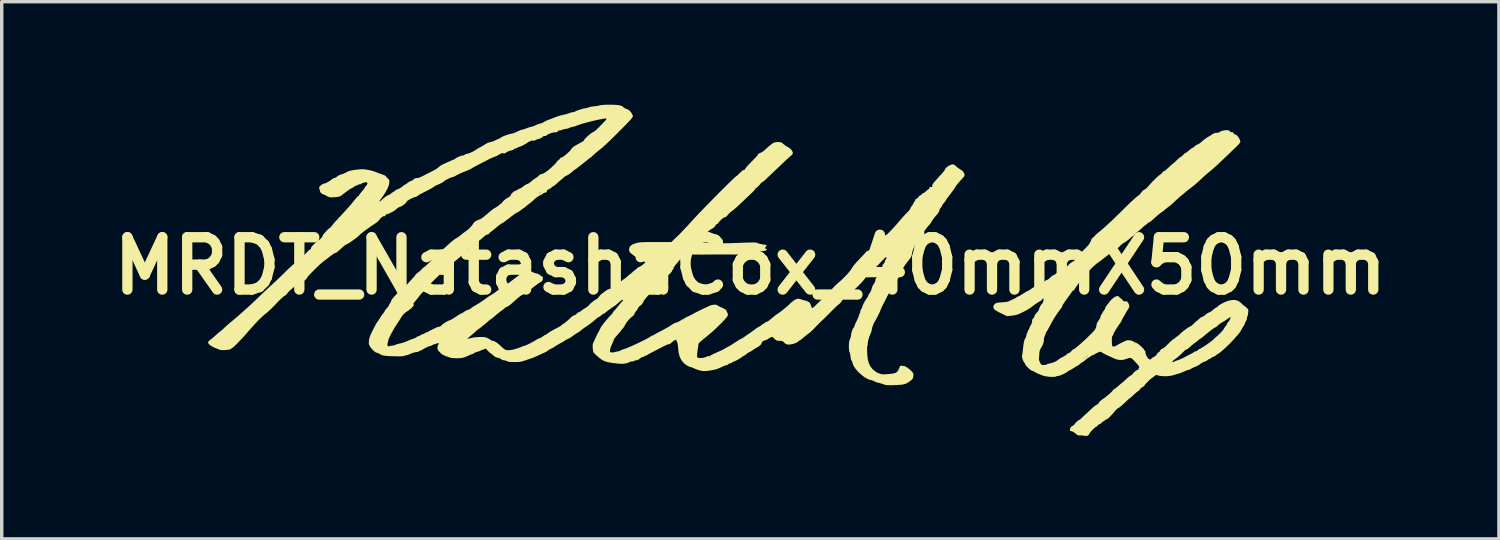
<source format=kicad_pcb>
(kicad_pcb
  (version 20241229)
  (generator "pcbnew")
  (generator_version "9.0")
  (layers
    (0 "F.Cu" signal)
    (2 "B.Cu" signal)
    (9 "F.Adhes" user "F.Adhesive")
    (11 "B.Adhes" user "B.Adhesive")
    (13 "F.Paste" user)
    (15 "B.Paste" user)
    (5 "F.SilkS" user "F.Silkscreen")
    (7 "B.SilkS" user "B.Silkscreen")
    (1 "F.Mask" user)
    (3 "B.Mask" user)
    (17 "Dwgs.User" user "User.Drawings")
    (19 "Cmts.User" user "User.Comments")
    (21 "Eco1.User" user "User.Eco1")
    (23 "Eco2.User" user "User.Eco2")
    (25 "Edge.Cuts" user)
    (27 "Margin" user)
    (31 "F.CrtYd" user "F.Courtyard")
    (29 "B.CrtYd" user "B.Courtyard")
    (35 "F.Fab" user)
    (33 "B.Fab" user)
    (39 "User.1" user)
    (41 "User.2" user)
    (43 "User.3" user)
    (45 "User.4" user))
  (footprint "MRDT_NatashaCox_40mmX50mm"
    (layer "F.Cu")
    (at 18.803 4.694)
    (property "Reference" "MRDT_NatashaCox_40mmX50mm" (at 0 0 0) (layer "F.SilkS") (effects (font (size 1.524 1.524) (thickness 0.3))))
    (attr board_only exclude_from_pos_files exclude_from_bom)
    (fp_poly (pts (xy -4.001 2.847) (xy -4.008 2.855) (xy -4.016 2.847) (xy -4.008 2.84)) (stroke (width 0) (type solid)) (fill yes) (layer "F.SilkS"))
    (fp_poly (pts (xy 13.919 -3.951) (xy 13.948 -3.94) (xy 13.964 -3.921) (xy 13.988 -3.897) (xy 14.017 -3.897) (xy 14.047 -3.896) (xy 14.068 -3.871) (xy 14.07 -3.867) (xy 14.097 -3.835) (xy 14.121 -3.828) (xy 14.154 -3.815) (xy 14.191 -3.78) (xy 14.227 -3.732) (xy 14.255 -3.679) (xy 14.271 -3.631) (xy 14.271 -3.602) (xy 14.257 -3.581) (xy 14.224 -3.542) (xy 14.176 -3.491) (xy 14.117 -3.433) (xy 14.079 -3.397) (xy 14.001 -3.322) (xy 13.91 -3.235) (xy 13.815 -3.145) (xy 13.726 -3.06) (xy 13.695 -3.029) (xy 13.621 -2.96) (xy 13.547 -2.892) (xy 13.479 -2.831) (xy 13.422 -2.782) (xy 13.394 -2.76) (xy 13.332 -2.71) (xy 13.263 -2.651) (xy 13.201 -2.595) (xy 13.2 -2.594) (xy 13.088 -2.489) (xy 12.991 -2.402) (xy 12.901 -2.327) (xy 12.833 -2.274) (xy 12.784 -2.237) (xy 12.753 -2.212) (xy 12.73 -2.194) (xy 12.709 -2.176) (xy 12.684 -2.155) (xy 12.646 -2.123) (xy 12.596 -2.082) (xy 12.559 -2.052) (xy 12.512 -2.013) (xy 12.453 -1.961) (xy 12.39 -1.903) (xy 12.359 -1.874) (xy 12.307 -1.825) (xy 12.261 -1.784) (xy 12.229 -1.756) (xy 12.216 -1.746) (xy 12.188 -1.727) (xy 12.146 -1.695) (xy 12.101 -1.659) (xy 12.062 -1.627) (xy 12.05 -1.616) (xy 12.022 -1.593) (xy 11.98 -1.563) (xy 11.96 -1.55) (xy 11.921 -1.521) (xy 11.867 -1.477) (xy 11.808 -1.425) (xy 11.768 -1.389) (xy 11.715 -1.341) (xy 11.669 -1.303) (xy 11.635 -1.278) (xy 11.621 -1.271) (xy 11.596 -1.26) (xy 11.565 -1.234) (xy 11.563 -1.232) (xy 11.534 -1.205) (xy 11.515 -1.192) (xy 11.513 -1.192) (xy 11.497 -1.182) (xy 11.465 -1.156) (xy 11.427 -1.12) (xy 11.378 -1.075) (xy 11.327 -1.031) (xy 11.297 -1.007) (xy 11.25 -0.969) (xy 11.2 -0.923) (xy 11.188 -0.911) (xy 11.155 -0.878) (xy 11.129 -0.858) (xy 11.121 -0.855) (xy 11.1 -0.844) (xy 11.095 -0.838) (xy 11.073 -0.814) (xy 11.033 -0.78) (xy 10.983 -0.74) (xy 10.932 -0.703) (xy 10.888 -0.674) (xy 10.865 -0.661) (xy 10.827 -0.637) (xy 10.784 -0.599) (xy 10.766 -0.579) (xy 10.733 -0.544) (xy 10.706 -0.522) (xy 10.697 -0.518) (xy 10.678 -0.508) (xy 10.643 -0.482) (xy 10.602 -0.447) (xy 10.56 -0.411) (xy 10.526 -0.386) (xy 10.508 -0.377) (xy 10.486 -0.367) (xy 10.454 -0.345) (xy 10.45 -0.341) (xy 10.405 -0.306) (xy 10.363 -0.275) (xy 10.325 -0.246) (xy 10.277 -0.208) (xy 10.252 -0.188) (xy 10.2 -0.148) (xy 10.147 -0.109) (xy 10.125 -0.094) (xy 10.061 -0.045) (xy 9.986 0.021) (xy 9.908 0.099) (xy 9.832 0.18) (xy 9.768 0.258) (xy 9.765 0.262) (xy 9.725 0.313) (xy 9.692 0.355) (xy 9.669 0.38) (xy 9.664 0.385) (xy 9.646 0.402) (xy 9.616 0.439) (xy 9.578 0.488) (xy 9.537 0.543) (xy 9.498 0.598) (xy 9.466 0.644) (xy 9.446 0.677) (xy 9.446 0.679) (xy 9.424 0.709) (xy 9.403 0.722) (xy 9.403 0.722) (xy 9.381 0.734) (xy 9.364 0.757) (xy 9.345 0.788) (xy 9.314 0.833) (xy 9.281 0.877) (xy 9.215 0.967) (xy 9.16 1.045) (xy 9.118 1.108) (xy 9.092 1.153) (xy 9.084 1.175) (xy 9.074 1.205) (xy 9.061 1.223) (xy 9.028 1.263) (xy 8.985 1.323) (xy 8.935 1.393) (xy 8.886 1.467) (xy 8.842 1.537) (xy 8.809 1.592) (xy 8.785 1.636) (xy 8.753 1.696) (xy 8.717 1.762) (xy 8.707 1.781) (xy 8.675 1.84) (xy 8.646 1.89) (xy 8.624 1.924) (xy 8.619 1.931) (xy 8.601 1.966) (xy 8.597 1.987) (xy 8.588 2.024) (xy 8.574 2.048) (xy 8.56 2.083) (xy 8.552 2.135) (xy 8.551 2.158) (xy 8.54 2.239) (xy 8.506 2.326) (xy 8.449 2.421) (xy 8.431 2.462) (xy 8.42 2.521) (xy 8.415 2.588) (xy 8.412 2.648) (xy 8.409 2.696) (xy 8.407 2.722) (xy 8.406 2.725) (xy 8.411 2.745) (xy 8.425 2.784) (xy 8.438 2.812) (xy 8.459 2.856) (xy 8.479 2.878) (xy 8.507 2.886) (xy 8.551 2.887) (xy 8.595 2.884) (xy 8.624 2.878) (xy 8.629 2.874) (xy 8.643 2.864) (xy 8.679 2.851) (xy 8.711 2.844) (xy 8.821 2.815) (xy 8.904 2.779) (xy 8.954 2.744) (xy 8.996 2.712) (xy 9.005 2.706) (xy 9.696 2.706) (xy 9.703 2.714) (xy 9.711 2.706) (xy 9.703 2.698) (xy 9.696 2.706) (xy 9.005 2.706) (xy 9.048 2.679) (xy 9.063 2.671) (xy 9.071 2.667) (xy 9.743 2.667) (xy 9.748 2.68) (xy 9.753 2.678) (xy 9.755 2.659) (xy 9.753 2.657) (xy 9.744 2.659) (xy 9.743 2.667) (xy 9.071 2.667) (xy 9.101 2.651) (xy 9.774 2.651) (xy 9.78 2.664) (xy 9.785 2.662) (xy 9.786 2.643) (xy 9.785 2.641) (xy 9.775 2.643) (xy 9.774 2.651) (xy 9.101 2.651) (xy 9.128 2.637) (xy 9.158 2.62) (xy 9.821 2.62) (xy 9.827 2.633) (xy 9.832 2.63) (xy 9.833 2.612) (xy 9.832 2.61) (xy 9.822 2.612) (xy 9.821 2.62) (xy 9.158 2.62) (xy 9.171 2.613) (xy 9.198 2.594) (xy 9.216 2.577) (xy 9.222 2.569) (xy 9.251 2.547) (xy 9.272 2.542) (xy 9.3 2.53) (xy 9.333 2.501) (xy 9.346 2.487) (xy 9.376 2.453) (xy 9.402 2.434) (xy 9.409 2.432) (xy 9.432 2.421) (xy 9.473 2.392) (xy 9.528 2.347) (xy 9.594 2.291) (xy 9.667 2.226) (xy 9.743 2.156) (xy 9.819 2.085) (xy 9.89 2.016) (xy 9.952 1.953) (xy 10.003 1.899) (xy 10.037 1.857) (xy 10.041 1.852) (xy 10.071 1.789) (xy 10.082 1.732) (xy 10.094 1.673) (xy 10.127 1.613) (xy 10.142 1.592) (xy 10.173 1.547) (xy 10.193 1.506) (xy 10.198 1.485) (xy 10.208 1.449) (xy 10.229 1.412) (xy 10.251 1.381) (xy 10.26 1.36) (xy 10.26 1.359) (xy 10.27 1.34) (xy 10.293 1.308) (xy 10.3 1.299) (xy 10.325 1.263) (xy 10.338 1.233) (xy 10.339 1.229) (xy 10.34 1.217) (xy 10.346 1.202) (xy 10.359 1.181) (xy 10.383 1.148) (xy 10.421 1.099) (xy 10.474 1.031) (xy 10.527 0.973) (xy 10.583 0.926) (xy 10.638 0.894) (xy 10.686 0.879) (xy 10.723 0.882) (xy 10.741 0.903) (xy 10.761 0.927) (xy 10.796 0.95) (xy 10.796 0.95) (xy 10.827 0.973) (xy 10.841 0.995) (xy 10.841 0.996) (xy 10.854 1.016) (xy 10.886 1.03) (xy 10.923 1.034) (xy 10.941 1.03) (xy 10.968 1.035) (xy 10.995 1.062) (xy 11.019 1.102) (xy 11.035 1.148) (xy 11.037 1.189) (xy 11.035 1.198) (xy 11.02 1.231) (xy 10.994 1.275) (xy 10.98 1.297) (xy 10.954 1.336) (xy 10.938 1.364) (xy 10.935 1.371) (xy 10.927 1.388) (xy 10.907 1.424) (xy 10.878 1.472) (xy 10.872 1.483) (xy 10.842 1.534) (xy 10.82 1.576) (xy 10.81 1.6) (xy 10.81 1.602) (xy 10.801 1.625) (xy 10.779 1.658) (xy 10.777 1.661) (xy 10.748 1.7) (xy 10.713 1.751) (xy 10.675 1.809) (xy 10.64 1.866) (xy 10.61 1.916) (xy 10.589 1.954) (xy 10.581 1.973) (xy 10.582 1.974) (xy 10.578 1.99) (xy 10.561 2.02) (xy 10.557 2.025) (xy 10.542 2.052) (xy 10.533 2.083) (xy 10.529 2.128) (xy 10.53 2.193) (xy 10.53 2.208) (xy 10.533 2.274) (xy 10.537 2.314) (xy 10.544 2.337) (xy 10.556 2.346) (xy 10.575 2.35) (xy 10.575 2.35) (xy 10.615 2.344) (xy 10.661 2.323) (xy 10.669 2.318) (xy 10.713 2.291) (xy 10.771 2.259) (xy 10.817 2.237) (xy 10.87 2.212) (xy 10.915 2.19) (xy 10.939 2.178) (xy 10.99 2.166) (xy 11.054 2.169) (xy 11.118 2.183) (xy 11.164 2.207) (xy 11.203 2.231) (xy 11.238 2.243) (xy 11.242 2.244) (xy 11.267 2.254) (xy 11.305 2.28) (xy 11.35 2.317) (xy 11.396 2.358) (xy 11.436 2.397) (xy 11.462 2.428) (xy 11.469 2.443) (xy 11.481 2.465) (xy 11.494 2.476) (xy 11.513 2.501) (xy 11.511 2.527) (xy 11.514 2.561) (xy 11.532 2.608) (xy 11.56 2.657) (xy 11.59 2.698) (xy 11.618 2.72) (xy 11.65 2.723) (xy 11.678 2.712) (xy 11.688 2.697) (xy 11.701 2.682) (xy 11.734 2.661) (xy 11.758 2.649) (xy 11.808 2.617) (xy 11.835 2.584) (xy 11.836 2.579) (xy 11.856 2.546) (xy 11.89 2.517) (xy 11.891 2.516) (xy 11.92 2.495) (xy 11.931 2.479) (xy 11.93 2.477) (xy 11.936 2.461) (xy 11.959 2.438) (xy 11.989 2.415) (xy 12.016 2.401) (xy 12.023 2.4) (xy 12.034 2.397) (xy 12.051 2.385) (xy 12.079 2.361) (xy 12.119 2.322) (xy 12.176 2.267) (xy 12.243 2.2) (xy 12.281 2.165) (xy 12.311 2.141) (xy 12.325 2.134) (xy 12.346 2.123) (xy 12.375 2.098) (xy 12.378 2.094) (xy 12.407 2.068) (xy 12.429 2.055) (xy 12.431 2.055) (xy 12.449 2.045) (xy 12.481 2.017) (xy 12.518 1.981) (xy 12.559 1.943) (xy 12.611 1.9) (xy 12.669 1.855) (xy 12.726 1.814) (xy 12.776 1.781) (xy 12.812 1.761) (xy 12.826 1.757) (xy 12.845 1.746) (xy 12.876 1.72) (xy 12.896 1.7) (xy 12.942 1.656) (xy 12.991 1.613) (xy 13.006 1.602) (xy 13.047 1.568) (xy 13.082 1.535) (xy 13.088 1.528) (xy 13.123 1.5) (xy 13.161 1.485) (xy 13.2 1.468) (xy 13.244 1.437) (xy 13.259 1.422) (xy 13.301 1.387) (xy 13.345 1.363) (xy 13.359 1.358) (xy 13.395 1.342) (xy 13.442 1.311) (xy 13.481 1.278) (xy 13.524 1.242) (xy 13.56 1.217) (xy 13.58 1.208) (xy 13.605 1.195) (xy 13.612 1.184) (xy 13.632 1.162) (xy 13.675 1.132) (xy 13.732 1.099) (xy 13.797 1.066) (xy 13.864 1.037) (xy 13.924 1.016) (xy 13.924 1.016) (xy 14.034 0.993) (xy 14.127 0.994) (xy 14.208 1.019) (xy 14.282 1.07) (xy 14.312 1.099) (xy 14.347 1.133) (xy 14.374 1.156) (xy 14.383 1.161) (xy 14.4 1.171) (xy 14.431 1.197) (xy 14.452 1.216) (xy 14.484 1.248) (xy 14.501 1.275) (xy 14.505 1.307) (xy 14.501 1.358) (xy 14.501 1.361) (xy 14.494 1.413) (xy 14.485 1.452) (xy 14.479 1.466) (xy 14.469 1.492) (xy 14.465 1.526) (xy 14.455 1.572) (xy 14.434 1.612) (xy 14.411 1.649) (xy 14.402 1.681) (xy 14.392 1.714) (xy 14.375 1.741) (xy 14.352 1.774) (xy 14.324 1.82) (xy 14.309 1.848) (xy 14.292 1.88) (xy 14.277 1.905) (xy 14.261 1.929) (xy 14.241 1.956) (xy 14.211 1.992) (xy 14.169 2.041) (xy 14.109 2.108) (xy 14.105 2.113) (xy 14.041 2.184) (xy 13.968 2.259) (xy 13.892 2.334) (xy 13.818 2.404) (xy 13.75 2.465) (xy 13.694 2.512) (xy 13.653 2.541) (xy 13.65 2.543) (xy 13.608 2.569) (xy 13.562 2.604) (xy 13.556 2.609) (xy 13.518 2.636) (xy 13.485 2.651) (xy 13.478 2.651) (xy 13.447 2.662) (xy 13.422 2.683) (xy 13.391 2.707) (xy 13.367 2.714) (xy 13.337 2.725) (xy 13.312 2.746) (xy 13.284 2.769) (xy 13.264 2.777) (xy 13.238 2.784) (xy 13.199 2.801) (xy 13.156 2.823) (xy 13.12 2.844) (xy 13.103 2.86) (xy 13.103 2.86) (xy 13.086 2.874) (xy 13.049 2.895) (xy 13.002 2.919) (xy 12.954 2.942) (xy 12.913 2.957) (xy 12.912 2.957) (xy 12.869 2.977) (xy 12.835 2.999) (xy 12.798 3.02) (xy 12.766 3.028) (xy 12.736 3.034) (xy 12.689 3.052) (xy 12.639 3.074) (xy 12.576 3.101) (xy 12.513 3.126) (xy 12.473 3.138) (xy 12.419 3.153) (xy 12.372 3.168) (xy 12.361 3.172) (xy 12.261 3.198) (xy 12.148 3.212) (xy 12.033 3.214) (xy 11.928 3.202) (xy 11.888 3.193) (xy 11.843 3.181) (xy 11.814 3.18) (xy 11.791 3.192) (xy 11.77 3.211) (xy 11.73 3.244) (xy 11.689 3.27) (xy 11.688 3.271) (xy 11.662 3.29) (xy 11.624 3.325) (xy 11.58 3.368) (xy 11.537 3.413) (xy 11.5 3.455) (xy 11.475 3.487) (xy 11.468 3.502) (xy 11.456 3.513) (xy 11.449 3.514) (xy 11.426 3.525) (xy 11.393 3.55) (xy 11.359 3.581) (xy 11.334 3.61) (xy 11.327 3.625) (xy 11.315 3.639) (xy 11.308 3.64) (xy 11.288 3.65) (xy 11.253 3.678) (xy 11.207 3.718) (xy 11.178 3.745) (xy 11.13 3.789) (xy 11.091 3.825) (xy 11.065 3.846) (xy 11.059 3.85) (xy 11.043 3.861) (xy 11.012 3.887) (xy 10.988 3.91) (xy 10.897 3.995) (xy 10.822 4.063) (xy 10.766 4.11) (xy 10.728 4.137) (xy 10.714 4.143) (xy 10.693 4.155) (xy 10.66 4.184) (xy 10.631 4.217) (xy 10.549 4.313) (xy 10.48 4.387) (xy 10.426 4.439) (xy 10.387 4.466) (xy 10.371 4.471) (xy 10.345 4.478) (xy 10.339 4.487) (xy 10.326 4.504) (xy 10.298 4.519) (xy 10.257 4.543) (xy 10.226 4.574) (xy 10.196 4.601) (xy 10.167 4.612) (xy 10.138 4.625) (xy 10.113 4.652) (xy 10.088 4.68) (xy 10.066 4.691) (xy 10.047 4.702) (xy 10.014 4.729) (xy 9.974 4.767) (xy 9.935 4.808) (xy 9.903 4.844) (xy 9.885 4.87) (xy 9.884 4.875) (xy 9.874 4.896) (xy 9.852 4.923) (xy 9.824 4.945) (xy 9.789 4.953) (xy 9.738 4.95) (xy 9.688 4.941) (xy 9.635 4.936) (xy 9.593 4.938) (xy 9.559 4.938) (xy 9.526 4.924) (xy 9.483 4.892) (xy 9.47 4.881) (xy 9.42 4.843) (xy 9.376 4.821) (xy 9.357 4.816) (xy 9.324 4.808) (xy 9.309 4.793) (xy 9.309 4.755) (xy 9.328 4.712) (xy 9.36 4.675) (xy 9.386 4.661) (xy 9.422 4.64) (xy 9.441 4.616) (xy 9.459 4.589) (xy 9.49 4.555) (xy 9.527 4.522) (xy 9.56 4.496) (xy 9.58 4.487) (xy 9.601 4.477) (xy 9.62 4.46) (xy 9.646 4.434) (xy 9.684 4.397) (xy 9.714 4.369) (xy 9.754 4.333) (xy 9.809 4.282) (xy 9.871 4.224) (xy 9.922 4.177) (xy 9.979 4.125) (xy 10.031 4.082) (xy 10.073 4.051) (xy 10.097 4.038) (xy 10.129 4.021) (xy 10.142 4.002) (xy 10.163 3.968) (xy 10.2 3.928) (xy 10.244 3.893) (xy 10.258 3.885) (xy 10.294 3.861) (xy 10.343 3.824) (xy 10.397 3.78) (xy 10.451 3.735) (xy 10.499 3.692) (xy 10.534 3.658) (xy 10.551 3.637) (xy 10.551 3.636) (xy 10.571 3.609) (xy 10.605 3.585) (xy 10.644 3.56) (xy 10.688 3.524) (xy 10.702 3.511) (xy 10.75 3.468) (xy 10.804 3.424) (xy 10.818 3.413) (xy 10.864 3.376) (xy 10.917 3.328) (xy 10.953 3.293) (xy 11.003 3.247) (xy 11.056 3.207) (xy 11.091 3.185) (xy 11.127 3.163) (xy 11.146 3.144) (xy 11.147 3.138) (xy 11.153 3.122) (xy 11.178 3.096) (xy 11.214 3.067) (xy 11.252 3.041) (xy 11.284 3.025) (xy 11.3 3.023) (xy 11.31 3.021) (xy 11.307 3.007) (xy 11.305 2.985) (xy 11.312 2.981) (xy 11.326 2.969) (xy 11.325 2.942) (xy 11.31 2.908) (xy 11.291 2.884) (xy 11.263 2.854) (xy 11.222 2.81) (xy 11.213 2.8) (xy 12.253 2.8) (xy 12.261 2.808) (xy 12.269 2.8) (xy 12.261 2.793) (xy 12.253 2.8) (xy 11.213 2.8) (xy 11.203 2.789) (xy 12.296 2.789) (xy 12.313 2.807) (xy 12.335 2.798) (xy 12.339 2.793) (xy 12.358 2.781) (xy 12.398 2.764) (xy 12.446 2.748) (xy 12.511 2.724) (xy 12.577 2.696) (xy 12.614 2.678) (xy 12.664 2.651) (xy 12.729 2.617) (xy 12.794 2.584) (xy 12.796 2.583) (xy 12.85 2.555) (xy 12.893 2.531) (xy 12.916 2.515) (xy 12.918 2.512) (xy 12.939 2.498) (xy 12.975 2.487) (xy 13.008 2.476) (xy 13.022 2.464) (xy 13.022 2.464) (xy 13.034 2.45) (xy 13.067 2.43) (xy 13.08 2.423) (xy 13.124 2.4) (xy 13.184 2.363) (xy 13.252 2.319) (xy 13.322 2.272) (xy 13.385 2.227) (xy 13.436 2.189) (xy 13.464 2.165) (xy 13.484 2.146) (xy 13.522 2.11) (xy 13.573 2.064) (xy 13.63 2.011) (xy 13.63 2.011) (xy 13.687 1.958) (xy 13.734 1.909) (xy 13.768 1.87) (xy 13.784 1.846) (xy 13.784 1.846) (xy 13.801 1.813) (xy 13.83 1.772) (xy 13.84 1.761) (xy 13.867 1.724) (xy 13.883 1.695) (xy 13.884 1.688) (xy 13.895 1.663) (xy 13.917 1.638) (xy 13.941 1.609) (xy 13.964 1.57) (xy 13.982 1.531) (xy 13.989 1.502) (xy 13.987 1.494) (xy 13.972 1.498) (xy 13.939 1.517) (xy 13.905 1.54) (xy 13.843 1.582) (xy 13.795 1.614) (xy 13.747 1.642) (xy 13.72 1.657) (xy 13.68 1.684) (xy 13.634 1.722) (xy 13.618 1.736) (xy 13.584 1.766) (xy 13.559 1.785) (xy 13.552 1.788) (xy 13.53 1.797) (xy 13.491 1.821) (xy 13.433 1.864) (xy 13.355 1.925) (xy 13.255 2.006) (xy 13.215 2.04) (xy 13.164 2.081) (xy 13.122 2.113) (xy 13.094 2.131) (xy 13.088 2.134) (xy 13.068 2.144) (xy 13.044 2.167) (xy 13.011 2.197) (xy 12.967 2.23) (xy 12.956 2.237) (xy 12.915 2.267) (xy 12.863 2.309) (xy 12.815 2.352) (xy 12.771 2.391) (xy 12.732 2.419) (xy 12.708 2.431) (xy 12.706 2.431) (xy 12.681 2.442) (xy 12.647 2.47) (xy 12.634 2.483) (xy 12.557 2.56) (xy 12.476 2.634) (xy 12.399 2.696) (xy 12.361 2.722) (xy 12.323 2.752) (xy 12.3 2.777) (xy 12.296 2.789) (xy 11.203 2.789) (xy 11.178 2.761) (xy 11.176 2.76) (xy 11.134 2.715) (xy 11.1 2.689) (xy 11.066 2.679) (xy 11.023 2.686) (xy 10.963 2.705) (xy 10.937 2.715) (xy 10.842 2.739) (xy 10.772 2.74) (xy 10.724 2.735) (xy 10.685 2.728) (xy 10.646 2.716) (xy 10.597 2.696) (xy 10.535 2.667) (xy 10.474 2.639) (xy 10.414 2.612) (xy 10.378 2.596) (xy 10.322 2.569) (xy 10.265 2.536) (xy 10.259 2.531) (xy 10.223 2.509) (xy 10.196 2.501) (xy 10.166 2.508) (xy 10.133 2.52) (xy 10.082 2.543) (xy 10.038 2.568) (xy 10.027 2.576) (xy 9.991 2.597) (xy 9.963 2.604) (xy 9.932 2.615) (xy 9.907 2.636) (xy 9.88 2.659) (xy 9.862 2.667) (xy 9.842 2.677) (xy 9.806 2.702) (xy 9.763 2.738) (xy 9.72 2.773) (xy 9.686 2.799) (xy 9.666 2.808) (xy 9.646 2.818) (xy 9.614 2.844) (xy 9.601 2.855) (xy 9.569 2.884) (xy 9.545 2.901) (xy 9.541 2.902) (xy 9.522 2.91) (xy 9.485 2.932) (xy 9.436 2.963) (xy 9.42 2.973) (xy 9.368 3.006) (xy 9.325 3.031) (xy 9.298 3.043) (xy 9.294 3.044) (xy 9.27 3.055) (xy 9.256 3.068) (xy 9.229 3.089) (xy 9.183 3.117) (xy 9.127 3.146) (xy 9.068 3.173) (xy 9.014 3.194) (xy 8.974 3.205) (xy 8.96 3.206) (xy 8.931 3.207) (xy 8.92 3.215) (xy 8.897 3.226) (xy 8.851 3.232) (xy 8.788 3.233) (xy 8.717 3.23) (xy 8.644 3.222) (xy 8.576 3.21) (xy 8.535 3.199) (xy 8.47 3.176) (xy 8.404 3.149) (xy 8.342 3.122) (xy 8.293 3.097) (xy 8.261 3.078) (xy 8.255 3.071) (xy 8.237 3.062) (xy 8.215 3.059) (xy 8.188 3.048) (xy 8.149 3.02) (xy 8.104 2.981) (xy 8.06 2.937) (xy 8.024 2.896) (xy 8.004 2.864) (xy 8.001 2.854) (xy 7.99 2.827) (xy 7.971 2.805) (xy 7.953 2.777) (xy 7.935 2.732) (xy 7.92 2.681) (xy 7.913 2.634) (xy 7.915 2.604) (xy 7.916 2.602) (xy 7.921 2.581) (xy 7.928 2.536) (xy 7.936 2.472) (xy 7.945 2.396) (xy 7.946 2.385) (xy 7.956 2.293) (xy 7.966 2.226) (xy 7.978 2.177) (xy 7.993 2.141) (xy 8.002 2.125) (xy 8.026 2.077) (xy 8.04 2.03) (xy 8.041 2.02) (xy 8.049 1.981) (xy 8.062 1.957) (xy 8.078 1.926) (xy 8.08 1.913) (xy 8.091 1.881) (xy 8.103 1.867) (xy 8.123 1.836) (xy 8.127 1.816) (xy 8.136 1.783) (xy 8.159 1.742) (xy 8.166 1.732) (xy 8.199 1.666) (xy 8.205 1.618) (xy 8.211 1.567) (xy 8.233 1.536) (xy 8.238 1.532) (xy 8.264 1.499) (xy 8.275 1.467) (xy 8.29 1.429) (xy 8.324 1.383) (xy 8.343 1.363) (xy 8.391 1.306) (xy 8.415 1.249) (xy 8.417 1.238) (xy 8.443 1.171) (xy 8.481 1.119) (xy 8.511 1.085) (xy 8.527 1.061) (xy 8.528 1.055) (xy 8.528 1.037) (xy 8.536 1.008) (xy 8.544 0.969) (xy 8.534 0.951) (xy 8.514 0.957) (xy 8.495 0.979) (xy 8.472 1.008) (xy 8.455 1.02) (xy 8.455 1.02) (xy 8.436 1.028) (xy 8.4 1.05) (xy 8.353 1.08) (xy 8.304 1.113) (xy 8.26 1.144) (xy 8.228 1.169) (xy 8.222 1.174) (xy 8.18 1.207) (xy 8.116 1.249) (xy 8.038 1.294) (xy 7.955 1.339) (xy 7.872 1.379) (xy 7.799 1.411) (xy 7.79 1.414) (xy 7.733 1.43) (xy 7.662 1.444) (xy 7.592 1.453) (xy 7.473 1.463) (xy 7.305 1.382) (xy 7.236 1.347) (xy 7.175 1.313) (xy 7.129 1.284) (xy 7.107 1.267) (xy 7.079 1.218) (xy 7.082 1.166) (xy 7.113 1.116) (xy 7.119 1.111) (xy 7.142 1.092) (xy 7.168 1.08) (xy 7.204 1.072) (xy 7.258 1.066) (xy 7.322 1.062) (xy 7.392 1.056) (xy 7.453 1.05) (xy 7.496 1.042) (xy 7.51 1.038) (xy 7.545 1.021) (xy 7.585 1.004) (xy 7.626 0.986) (xy 7.656 0.971) (xy 7.69 0.953) (xy 7.713 0.942) (xy 7.744 0.924) (xy 7.757 0.911) (xy 7.781 0.896) (xy 7.793 0.894) (xy 7.817 0.886) (xy 7.858 0.863) (xy 7.911 0.831) (xy 7.934 0.816) (xy 7.987 0.781) (xy 8.032 0.754) (xy 8.061 0.739) (xy 8.067 0.737) (xy 8.088 0.729) (xy 8.125 0.707) (xy 8.156 0.686) (xy 8.269 0.611) (xy 8.369 0.558) (xy 8.435 0.533) (xy 8.487 0.51) (xy 8.542 0.475) (xy 8.559 0.461) (xy 8.598 0.43) (xy 8.632 0.411) (xy 8.644 0.408) (xy 8.668 0.397) (xy 8.704 0.37) (xy 8.739 0.337) (xy 8.779 0.3) (xy 8.814 0.275) (xy 8.834 0.267) (xy 8.865 0.255) (xy 8.881 0.242) (xy 8.906 0.221) (xy 8.948 0.193) (xy 8.979 0.175) (xy 9.029 0.148) (xy 9.074 0.124) (xy 9.092 0.114) (xy 9.127 0.086) (xy 9.153 0.055) (xy 9.181 0.027) (xy 9.209 0.016) (xy 9.238 0.004) (xy 9.268 -0.025) (xy 9.27 -0.028) (xy 9.306 -0.067) (xy 9.345 -0.094) (xy 9.423 -0.142) (xy 9.497 -0.202) (xy 9.557 -0.264) (xy 9.575 -0.287) (xy 9.606 -0.332) (xy 9.635 -0.369) (xy 9.644 -0.38) (xy 9.66 -0.401) (xy 9.66 -0.408) (xy 9.666 -0.418) (xy 9.691 -0.444) (xy 9.729 -0.482) (xy 9.746 -0.498) (xy 9.824 -0.579) (xy 9.88 -0.651) (xy 9.917 -0.723) (xy 9.93 -0.757) (xy 9.946 -0.794) (xy 9.963 -0.815) (xy 9.967 -0.816) (xy 9.988 -0.827) (xy 10.017 -0.856) (xy 10.03 -0.872) (xy 10.072 -0.916) (xy 10.123 -0.961) (xy 10.14 -0.974) (xy 10.2 -1.02) (xy 10.28 -1.089) (xy 10.379 -1.179) (xy 10.498 -1.289) (xy 10.634 -1.419) (xy 10.788 -1.569) (xy 10.958 -1.737) (xy 10.965 -1.744) (xy 11.041 -1.818) (xy 11.114 -1.887) (xy 11.179 -1.947) (xy 11.232 -1.994) (xy 11.269 -2.024) (xy 11.277 -2.03) (xy 11.323 -2.064) (xy 11.36 -2.101) (xy 11.369 -2.114) (xy 11.406 -2.163) (xy 11.445 -2.202) (xy 11.48 -2.225) (xy 11.492 -2.228) (xy 11.511 -2.239) (xy 11.545 -2.269) (xy 11.586 -2.313) (xy 11.611 -2.342) (xy 11.667 -2.404) (xy 11.728 -2.47) (xy 11.784 -2.525) (xy 11.796 -2.537) (xy 11.848 -2.585) (xy 11.883 -2.616) (xy 11.907 -2.637) (xy 11.927 -2.652) (xy 11.948 -2.667) (xy 11.959 -2.674) (xy 11.991 -2.702) (xy 12.01 -2.731) (xy 12.023 -2.752) (xy 12.033 -2.754) (xy 12.049 -2.755) (xy 12.077 -2.773) (xy 12.121 -2.809) (xy 12.182 -2.865) (xy 12.217 -2.898) (xy 12.259 -2.938) (xy 12.293 -2.967) (xy 12.312 -2.981) (xy 12.313 -2.981) (xy 12.329 -2.991) (xy 12.36 -3.019) (xy 12.402 -3.059) (xy 12.418 -3.075) (xy 12.463 -3.118) (xy 12.5 -3.15) (xy 12.525 -3.168) (xy 12.529 -3.169) (xy 12.55 -3.18) (xy 12.58 -3.206) (xy 12.587 -3.212) (xy 12.638 -3.263) (xy 12.673 -3.29) (xy 12.686 -3.295) (xy 12.702 -3.304) (xy 12.735 -3.329) (xy 12.778 -3.364) (xy 12.779 -3.365) (xy 12.823 -3.401) (xy 12.858 -3.426) (xy 12.878 -3.436) (xy 12.878 -3.436) (xy 12.899 -3.446) (xy 12.931 -3.472) (xy 12.944 -3.484) (xy 12.983 -3.515) (xy 13.02 -3.534) (xy 13.029 -3.536) (xy 13.058 -3.549) (xy 13.1 -3.577) (xy 13.146 -3.616) (xy 13.146 -3.617) (xy 13.239 -3.695) (xy 13.331 -3.757) (xy 13.367 -3.775) (xy 13.395 -3.792) (xy 13.433 -3.818) (xy 13.437 -3.821) (xy 13.487 -3.853) (xy 13.538 -3.87) (xy 13.605 -3.878) (xy 13.606 -3.878) (xy 13.644 -3.883) (xy 13.664 -3.89) (xy 13.665 -3.892) (xy 13.679 -3.907) (xy 13.715 -3.924) (xy 13.765 -3.939) (xy 13.819 -3.949) (xy 13.869 -3.954)) (stroke (width 0) (type solid)) (fill yes) (layer "F.SilkS"))
    (fp_poly (pts (xy -3.966 -4.692) (xy -3.858 -4.684) (xy -3.779 -4.67) (xy -3.727 -4.651) (xy -3.702 -4.627) (xy -3.679 -4.606) (xy -3.638 -4.584) (xy -3.608 -4.573) (xy -3.549 -4.547) (xy -3.504 -4.51) (xy -3.474 -4.474) (xy -3.445 -4.426) (xy -3.425 -4.381) (xy -3.421 -4.359) (xy -3.424 -4.344) (xy -3.437 -4.322) (xy -3.46 -4.292) (xy -3.495 -4.25) (xy -3.546 -4.196) (xy -3.612 -4.126) (xy -3.697 -4.039) (xy -3.802 -3.933) (xy -3.824 -3.911) (xy -3.922 -3.813) (xy -4.018 -3.719) (xy -4.109 -3.631) (xy -4.191 -3.553) (xy -4.261 -3.489) (xy -4.315 -3.441) (xy -4.346 -3.416) (xy -4.413 -3.363) (xy -4.485 -3.304) (xy -4.547 -3.25) (xy -4.557 -3.241) (xy -4.601 -3.2) (xy -4.635 -3.17) (xy -4.654 -3.154) (xy -4.656 -3.153) (xy -4.67 -3.144) (xy -4.702 -3.12) (xy -4.747 -3.084) (xy -4.772 -3.063) (xy -4.833 -3.015) (xy -4.894 -2.966) (xy -4.946 -2.927) (xy -4.956 -2.919) (xy -5.002 -2.884) (xy -5.042 -2.851) (xy -5.058 -2.837) (xy -5.086 -2.815) (xy -5.102 -2.808) (xy -5.122 -2.798) (xy -5.143 -2.781) (xy -5.195 -2.734) (xy -5.251 -2.689) (xy -5.303 -2.654) (xy -5.343 -2.633) (xy -5.35 -2.631) (xy -5.384 -2.614) (xy -5.426 -2.583) (xy -5.444 -2.566) (xy -5.478 -2.534) (xy -5.502 -2.514) (xy -5.508 -2.511) (xy -5.523 -2.5) (xy -5.555 -2.473) (xy -5.598 -2.435) (xy -5.618 -2.416) (xy -5.665 -2.374) (xy -5.704 -2.341) (xy -5.73 -2.324) (xy -5.735 -2.322) (xy -5.758 -2.311) (xy -5.783 -2.289) (xy -5.818 -2.261) (xy -5.864 -2.235) (xy -5.871 -2.232) (xy -5.911 -2.212) (xy -5.926 -2.189) (xy -5.926 -2.175) (xy -5.93 -2.15) (xy -5.955 -2.138) (xy -5.97 -2.136) (xy -6.016 -2.121) (xy -6.052 -2.098) (xy -6.085 -2.073) (xy -6.112 -2.061) (xy -6.143 -2.048) (xy -6.164 -2.033) (xy -6.19 -2.013) (xy -6.204 -2.008) (xy -6.221 -1.998) (xy -6.252 -1.972) (xy -6.289 -1.938) (xy -6.34 -1.892) (xy -6.394 -1.846) (xy -6.425 -1.822) (xy -6.476 -1.782) (xy -6.529 -1.739) (xy -6.542 -1.727) (xy -6.577 -1.698) (xy -6.601 -1.681) (xy -6.607 -1.679) (xy -6.624 -1.669) (xy -6.656 -1.645) (xy -6.693 -1.616) (xy -6.737 -1.583) (xy -6.774 -1.56) (xy -6.793 -1.553) (xy -6.813 -1.544) (xy -6.853 -1.518) (xy -6.907 -1.479) (xy -6.97 -1.432) (xy -6.997 -1.41) (xy -7.067 -1.356) (xy -7.133 -1.307) (xy -7.189 -1.267) (xy -7.23 -1.241) (xy -7.238 -1.237) (xy -7.286 -1.207) (xy -7.34 -1.168) (xy -7.363 -1.148) (xy -7.412 -1.106) (xy -7.471 -1.058) (xy -7.517 -1.022) (xy -7.563 -0.985) (xy -7.598 -0.953) (xy -7.616 -0.931) (xy -7.616 -0.931) (xy -7.637 -0.913) (xy -7.654 -0.914) (xy -7.682 -0.908) (xy -7.725 -0.88) (xy -7.784 -0.83) (xy -7.83 -0.789) (xy -7.867 -0.757) (xy -7.89 -0.74) (xy -7.893 -0.738) (xy -7.91 -0.728) (xy -7.945 -0.703) (xy -7.991 -0.668) (xy -8.044 -0.626) (xy -8.095 -0.584) (xy -8.141 -0.545) (xy -8.159 -0.529) (xy -8.19 -0.5) (xy -8.239 -0.455) (xy -8.299 -0.4) (xy -8.365 -0.34) (xy -8.384 -0.322) (xy -8.453 -0.26) (xy -8.521 -0.202) (xy -8.582 -0.152) (xy -8.629 -0.116) (xy -8.638 -0.11) (xy -8.667 -0.087) (xy -8.716 -0.046) (xy -8.778 0.01) (xy -8.852 0.077) (xy -8.932 0.151) (xy -9.016 0.228) (xy -9.098 0.305) (xy -9.175 0.379) (xy -9.243 0.445) (xy -9.298 0.5) (xy -9.337 0.54) (xy -9.342 0.546) (xy -9.552 0.777) (xy -9.594 0.823) (xy -9.631 0.866) (xy -9.651 0.894) (xy -9.674 0.926) (xy -9.711 0.971) (xy -9.75 1.016) (xy -9.789 1.062) (xy -9.809 1.092) (xy -9.811 1.112) (xy -9.806 1.121) (xy -9.8 1.138) (xy -9.81 1.161) (xy -9.839 1.196) (xy -9.855 1.213) (xy -9.9 1.255) (xy -9.946 1.291) (xy -9.971 1.307) (xy -10.044 1.356) (xy -10.114 1.423) (xy -10.167 1.495) (xy -10.17 1.5) (xy -10.197 1.547) (xy -10.226 1.595) (xy -10.264 1.652) (xy -10.306 1.715) (xy -10.346 1.777) (xy -10.389 1.849) (xy -10.432 1.926) (xy -10.472 2.001) (xy -10.505 2.069) (xy -10.53 2.124) (xy -10.542 2.16) (xy -10.543 2.166) (xy -10.549 2.202) (xy -10.56 2.234) (xy -10.571 2.278) (xy -10.568 2.312) (xy -10.559 2.338) (xy -10.541 2.344) (xy -10.508 2.337) (xy -10.459 2.326) (xy -10.417 2.322) (xy -10.374 2.314) (xy -10.334 2.299) (xy -10.294 2.283) (xy -10.238 2.268) (xy -10.196 2.259) (xy -10.132 2.243) (xy -10.057 2.217) (xy -9.988 2.189) (xy -9.924 2.161) (xy -9.862 2.136) (xy -9.814 2.12) (xy -9.811 2.119) (xy -9.766 2.103) (xy -9.733 2.085) (xy -9.728 2.08) (xy -9.699 2.06) (xy -9.664 2.047) (xy -9.625 2.033) (xy -9.601 2.015) (xy -9.57 1.996) (xy -9.551 1.992) (xy -9.517 1.983) (xy -9.48 1.961) (xy -9.444 1.939) (xy -9.412 1.93) (xy -9.386 1.924) (xy -9.379 1.918) (xy -9.363 1.906) (xy -9.327 1.885) (xy -9.276 1.86) (xy -9.264 1.854) (xy -9.208 1.827) (xy -9.16 1.804) (xy -9.129 1.789) (xy -9.127 1.787) (xy -9.09 1.776) (xy -9.062 1.773) (xy -9.021 1.758) (xy -8.992 1.73) (xy -8.966 1.704) (xy -8.922 1.672) (xy -8.869 1.638) (xy -8.816 1.609) (xy -8.773 1.59) (xy -8.752 1.585) (xy -8.732 1.576) (xy -8.691 1.553) (xy -8.633 1.518) (xy -8.564 1.473) (xy -8.489 1.423) (xy -8.469 1.41) (xy -8.432 1.389) (xy -8.404 1.381) (xy -8.404 1.381) (xy -8.376 1.37) (xy -8.363 1.358) (xy -8.337 1.337) (xy -8.295 1.312) (xy -8.248 1.289) (xy -8.209 1.274) (xy -8.193 1.271) (xy -8.171 1.261) (xy -8.139 1.237) (xy -8.134 1.233) (xy -8.092 1.2) (xy -8.041 1.169) (xy -8.034 1.165) (xy -7.997 1.145) (xy -7.944 1.112) (xy -7.881 1.073) (xy -7.816 1.03) (xy -7.756 0.989) (xy -7.707 0.955) (xy -7.677 0.932) (xy -7.675 0.93) (xy -7.652 0.913) (xy -7.61 0.885) (xy -7.558 0.853) (xy -7.549 0.848) (xy -7.484 0.807) (xy -7.418 0.761) (xy -7.368 0.723) (xy -7.325 0.689) (xy -7.288 0.666) (xy -7.269 0.659) (xy -7.238 0.648) (xy -7.186 0.616) (xy -7.118 0.565) (xy -7.098 0.549) (xy -6.959 0.439) (xy -6.84 0.348) (xy -6.737 0.273) (xy -6.647 0.211) (xy -6.565 0.162) (xy -6.551 0.154) (xy -6.502 0.136) (xy -6.447 0.138) (xy -6.38 0.162) (xy -6.338 0.182) (xy -6.289 0.204) (xy -6.243 0.218) (xy -6.227 0.22) (xy -6.19 0.229) (xy -6.145 0.253) (xy -6.126 0.267) (xy -6.089 0.294) (xy -6.061 0.311) (xy -6.054 0.314) (xy -6.042 0.327) (xy -6.04 0.358) (xy -6.045 0.396) (xy -6.058 0.43) (xy -6.069 0.445) (xy -6.095 0.465) (xy -6.109 0.471) (xy -6.125 0.48) (xy -6.16 0.503) (xy -6.207 0.537) (xy -6.259 0.575) (xy -6.311 0.615) (xy -6.356 0.65) (xy -6.367 0.66) (xy -6.399 0.682) (xy -6.422 0.69) (xy -6.443 0.7) (xy -6.477 0.726) (xy -6.497 0.743) (xy -6.535 0.776) (xy -6.566 0.8) (xy -6.576 0.806) (xy -6.617 0.828) (xy -6.653 0.849) (xy -6.689 0.873) (xy -6.728 0.902) (xy -6.775 0.941) (xy -6.835 0.993) (xy -6.911 1.06) (xy -6.967 1.11) (xy -7.015 1.149) (xy -7.057 1.178) (xy -7.085 1.192) (xy -7.089 1.192) (xy -7.12 1.203) (xy -7.148 1.226) (xy -7.18 1.256) (xy -7.224 1.289) (xy -7.237 1.297) (xy -7.274 1.324) (xy -7.327 1.365) (xy -7.386 1.414) (xy -7.42 1.444) (xy -7.473 1.489) (xy -7.516 1.525) (xy -7.547 1.548) (xy -7.557 1.553) (xy -7.575 1.563) (xy -7.607 1.589) (xy -7.635 1.615) (xy -7.686 1.659) (xy -7.738 1.703) (xy -7.761 1.72) (xy -7.807 1.756) (xy -7.849 1.791) (xy -7.86 1.8) (xy -7.889 1.824) (xy -7.908 1.835) (xy -7.909 1.836) (xy -7.915 1.837) (xy -7.926 1.845) (xy -7.947 1.862) (xy -7.98 1.891) (xy -8.03 1.936) (xy -8.069 1.972) (xy -8.117 2.014) (xy -8.164 2.053) (xy -8.189 2.073) (xy -8.22 2.098) (xy -8.236 2.117) (xy -8.237 2.119) (xy -8.223 2.12) (xy -8.187 2.114) (xy -8.135 2.102) (xy -8.131 2.101) (xy -8.024 2.08) (xy -7.897 2.072) (xy -7.871 2.071) (xy -7.796 2.072) (xy -7.742 2.076) (xy -7.699 2.085) (xy -7.659 2.101) (xy -7.636 2.112) (xy -7.591 2.137) (xy -7.559 2.157) (xy -7.549 2.167) (xy -7.531 2.178) (xy -7.505 2.181) (xy -7.457 2.193) (xy -7.395 2.228) (xy -7.324 2.284) (xy -7.28 2.324) (xy -7.219 2.382) (xy -7.173 2.42) (xy -7.136 2.443) (xy -7.099 2.454) (xy -7.057 2.456) (xy -7.021 2.455) (xy -6.96 2.448) (xy -6.906 2.439) (xy -6.877 2.431) (xy -6.832 2.415) (xy -6.797 2.406) (xy -6.763 2.396) (xy -6.714 2.378) (xy -6.673 2.361) (xy -6.623 2.34) (xy -6.582 2.326) (xy -6.563 2.322) (xy -6.539 2.315) (xy -6.496 2.296) (xy -6.44 2.268) (xy -6.377 2.236) (xy -6.317 2.203) (xy -6.264 2.172) (xy -6.23 2.15) (xy -6.184 2.125) (xy -6.141 2.109) (xy -6.1 2.091) (xy -6.053 2.062) (xy -6.04 2.053) (xy -6.004 2.026) (xy -5.976 2.01) (xy -5.969 2.008) (xy -5.946 1.998) (xy -5.921 1.98) (xy -5.888 1.955) (xy -5.834 1.92) (xy -5.765 1.88) (xy -5.688 1.838) (xy -5.61 1.798) (xy -5.605 1.795) (xy -5.559 1.771) (xy -5.525 1.75) (xy -5.514 1.74) (xy -5.497 1.724) (xy -5.461 1.698) (xy -5.423 1.673) (xy -5.37 1.634) (xy -5.31 1.583) (xy -5.257 1.532) (xy -5.207 1.485) (xy -5.165 1.454) (xy -5.138 1.443) (xy -5.106 1.433) (xy -5.069 1.406) (xy -5.06 1.396) (xy -5.027 1.367) (xy -5 1.35) (xy -4.994 1.349) (xy -4.971 1.34) (xy -4.936 1.316) (xy -4.923 1.306) (xy -4.873 1.269) (xy -4.818 1.236) (xy -4.811 1.232) (xy -4.762 1.2) (xy -4.713 1.158) (xy -4.704 1.148) (xy -4.659 1.101) (xy -4.604 1.053) (xy -4.549 1.01) (xy -4.501 0.979) (xy -4.475 0.966) (xy -4.446 0.946) (xy -4.416 0.91) (xy -4.411 0.903) (xy -4.379 0.86) (xy -4.342 0.824) (xy -4.339 0.822) (xy -4.303 0.796) (xy -4.256 0.76) (xy -4.221 0.733) (xy -4.175 0.702) (xy -4.133 0.68) (xy -4.11 0.675) (xy -4.077 0.665) (xy -4.036 0.64) (xy -4.025 0.631) (xy -3.957 0.575) (xy -3.909 0.539) (xy -3.877 0.521) (xy -3.864 0.518) (xy -3.841 0.508) (xy -3.806 0.483) (xy -3.785 0.466) (xy -3.734 0.424) (xy -3.676 0.382) (xy -3.659 0.37) (xy -3.618 0.34) (xy -3.588 0.316) (xy -3.58 0.306) (xy -3.561 0.287) (xy -3.526 0.26) (xy -3.514 0.251) (xy -3.468 0.216) (xy -3.425 0.177) (xy -3.42 0.172) (xy -3.378 0.136) (xy -3.33 0.103) (xy -3.326 0.101) (xy -3.281 0.074) (xy -3.228 0.038) (xy -3.174 -0.001) (xy -3.124 -0.04) (xy -3.085 -0.073) (xy -3.063 -0.096) (xy -3.06 -0.102) (xy -3.073 -0.117) (xy -3.106 -0.139) (xy -3.134 -0.153) (xy -3.272 -0.224) (xy -3.382 -0.292) (xy -3.455 -0.348) (xy -3.497 -0.386) (xy -3.52 -0.415) (xy -3.529 -0.446) (xy -3.53 -0.478) (xy -3.521 -0.533) (xy -3.493 -0.579) (xy -3.442 -0.617) (xy -3.364 -0.65) (xy -3.297 -0.67) (xy -3.264 -0.677) (xy -3.221 -0.683) (xy -3.167 -0.688) (xy -3.096 -0.691) (xy -3.005 -0.693) (xy -2.89 -0.694) (xy -2.753 -0.694) (xy -2.298 -0.694) (xy -2.236 -0.755) (xy -2.187 -0.803) (xy -2.131 -0.856) (xy -2.102 -0.883) (xy -2.064 -0.92) (xy -2.009 -0.977) (xy -1.942 -1.048) (xy -1.867 -1.128) (xy -1.788 -1.214) (xy -1.709 -1.3) (xy -1.685 -1.326) (xy -1.628 -1.388) (xy -1.557 -1.464) (xy -1.475 -1.55) (xy -1.383 -1.646) (xy -1.284 -1.748) (xy -1.181 -1.853) (xy -1.075 -1.961) (xy -0.97 -2.068) (xy -0.867 -2.171) (xy -0.768 -2.269) (xy -0.677 -2.36) (xy -0.595 -2.44) (xy -0.525 -2.508) (xy -0.469 -2.562) (xy -0.429 -2.598) (xy -0.408 -2.614) (xy -0.406 -2.615) (xy -0.391 -2.624) (xy -0.36 -2.651) (xy -0.321 -2.691) (xy -0.309 -2.702) (xy -0.261 -2.749) (xy -0.22 -2.781) (xy -0.192 -2.793) (xy -0.191 -2.793) (xy -0.16 -2.806) (xy -0.148 -2.826) (xy -0.133 -2.851) (xy -0.101 -2.892) (xy -0.056 -2.941) (xy -0.018 -2.981) (xy 0.033 -3.033) (xy 0.077 -3.078) (xy 0.109 -3.111) (xy 0.121 -3.124) (xy 0.147 -3.151) (xy 0.174 -3.177) (xy 0.204 -3.213) (xy 0.22 -3.242) (xy 0.247 -3.272) (xy 0.284 -3.287) (xy 0.323 -3.304) (xy 0.372 -3.335) (xy 0.407 -3.363) (xy 0.493 -3.441) (xy 0.56 -3.499) (xy 0.613 -3.542) (xy 0.654 -3.571) (xy 0.689 -3.589) (xy 0.722 -3.599) (xy 0.755 -3.605) (xy 0.762 -3.605) (xy 0.834 -3.608) (xy 0.888 -3.599) (xy 0.933 -3.576) (xy 0.973 -3.542) (xy 1.024 -3.502) (xy 1.082 -3.467) (xy 1.096 -3.46) (xy 1.152 -3.425) (xy 1.199 -3.376) (xy 1.23 -3.324) (xy 1.239 -3.284) (xy 1.227 -3.249) (xy 1.199 -3.221) (xy 1.168 -3.197) (xy 1.124 -3.158) (xy 1.074 -3.112) (xy 1.059 -3.099) (xy 1.016 -3.058) (xy 0.956 -3) (xy 0.884 -2.932) (xy 0.806 -2.858) (xy 0.728 -2.785) (xy 0.653 -2.713) (xy 0.58 -2.644) (xy 0.515 -2.583) (xy 0.464 -2.533) (xy 0.43 -2.5) (xy 0.428 -2.498) (xy 0.388 -2.463) (xy 0.354 -2.439) (xy 0.337 -2.432) (xy 0.316 -2.424) (xy 0.314 -2.419) (xy 0.303 -2.399) (xy 0.277 -2.367) (xy 0.241 -2.329) (xy 0.205 -2.294) (xy 0.174 -2.268) (xy 0.158 -2.259) (xy 0.143 -2.247) (xy 0.141 -2.238) (xy 0.13 -2.218) (xy 0.102 -2.184) (xy 0.06 -2.141) (xy 0.043 -2.125) (xy -0.001 -2.083) (xy -0.062 -2.026) (xy -0.134 -1.958) (xy -0.21 -1.885) (xy -0.269 -1.83) (xy -0.341 -1.763) (xy -0.409 -1.701) (xy -0.469 -1.649) (xy -0.516 -1.61) (xy -0.543 -1.591) (xy -0.59 -1.555) (xy -0.636 -1.508) (xy -0.652 -1.487) (xy -0.694 -1.439) (xy -0.734 -1.417) (xy -0.745 -1.415) (xy -0.788 -1.396) (xy -0.843 -1.352) (xy -0.865 -1.329) (xy -0.903 -1.288) (xy -0.93 -1.255) (xy -0.941 -1.237) (xy -0.941 -1.237) (xy -0.953 -1.224) (xy -0.958 -1.224) (xy -0.983 -1.213) (xy -1.008 -1.189) (xy -1.02 -1.166) (xy -1.031 -1.148) (xy -1.06 -1.122) (xy -1.095 -1.094) (xy -1.128 -1.073) (xy -1.145 -1.067) (xy -1.164 -1.056) (xy -1.198 -1.029) (xy -1.24 -0.99) (xy -1.245 -0.984) (xy -1.298 -0.934) (xy -1.351 -0.887) (xy -1.398 -0.848) (xy -1.434 -0.823) (xy -1.451 -0.816) (xy -1.465 -0.805) (xy -1.492 -0.779) (xy -1.521 -0.746) (xy -1.546 -0.715) (xy -1.558 -0.697) (xy -1.558 -0.697) (xy -1.556 -0.689) (xy -1.543 -0.684) (xy -1.516 -0.679) (xy -1.471 -0.675) (xy -1.404 -0.672) (xy -1.312 -0.668) (xy -1.239 -0.666) (xy -1.054 -0.661) (xy -0.889 -0.658) (xy -0.734 -0.659) (xy -0.578 -0.662) (xy -0.471 -0.666) (xy -0.309 -0.671) (xy -0.176 -0.676) (xy -0.069 -0.679) (xy 0.016 -0.681) (xy 0.08 -0.682) (xy 0.128 -0.681) (xy 0.162 -0.679) (xy 0.184 -0.675) (xy 0.198 -0.671) (xy 0.204 -0.667) (xy 0.227 -0.657) (xy 0.272 -0.644) (xy 0.329 -0.631) (xy 0.387 -0.621) (xy 0.437 -0.613) (xy 0.462 -0.612) (xy 0.471 -0.601) (xy 0.466 -0.577) (xy 0.451 -0.552) (xy 0.447 -0.549) (xy 0.426 -0.523) (xy 0.432 -0.506) (xy 0.455 -0.502) (xy 0.48 -0.492) (xy 0.486 -0.479) (xy 0.472 -0.46) (xy 0.428 -0.442) (xy 0.355 -0.427) (xy 0.259 -0.414) (xy 0.21 -0.408) (xy 0.18 -0.402) (xy 0.175 -0.397) (xy 0.176 -0.396) (xy 0.201 -0.382) (xy 0.198 -0.361) (xy 0.187 -0.352) (xy 0.164 -0.353) (xy 0.144 -0.365) (xy 0.114 -0.384) (xy 0.079 -0.395) (xy 0.05 -0.398) (xy 0.037 -0.39) (xy 0.037 -0.384) (xy 0.041 -0.369) (xy 0.035 -0.357) (xy 0.019 -0.347) (xy -0.012 -0.34) (xy -0.059 -0.336) (xy -0.127 -0.333) (xy -0.218 -0.331) (xy -0.335 -0.331) (xy -0.457 -0.331) (xy -0.596 -0.332) (xy -0.734 -0.332) (xy -0.867 -0.332) (xy -0.992 -0.332) (xy -1.105 -0.332) (xy -1.202 -0.331) (xy -1.28 -0.331) (xy -1.335 -0.33) (xy -1.363 -0.329) (xy -1.365 -0.329) (xy -1.383 -0.329) (xy -1.426 -0.329) (xy -1.489 -0.33) (xy -1.567 -0.331) (xy -1.608 -0.331) (xy -1.694 -0.332) (xy -1.771 -0.333) (xy -1.833 -0.333) (xy -1.874 -0.333) (xy -1.882 -0.333) (xy -1.902 -0.331) (xy -1.922 -0.321) (xy -1.946 -0.3) (xy -1.979 -0.265) (xy -2.025 -0.212) (xy -2.058 -0.172) (xy -2.103 -0.119) (xy -2.153 -0.059) (xy -2.181 -0.025) (xy -2.213 0.017) (xy -2.233 0.053) (xy -2.237 0.072) (xy -2.242 0.096) (xy -2.259 0.11) (xy -2.28 0.131) (xy -2.281 0.147) (xy -2.289 0.168) (xy -2.317 0.202) (xy -2.361 0.244) (xy -2.362 0.245) (xy -2.424 0.3) (xy -2.495 0.367) (xy -2.575 0.445) (xy -2.659 0.529) (xy -2.744 0.615) (xy -2.826 0.702) (xy -2.904 0.784) (xy -2.972 0.859) (xy -3.029 0.924) (xy -3.071 0.975) (xy -3.095 1.008) (xy -3.099 1.015) (xy -3.137 1.091) (xy -3.187 1.147) (xy -3.211 1.162) (xy -3.246 1.192) (xy -3.273 1.235) (xy -3.274 1.237) (xy -3.302 1.287) (xy -3.335 1.331) (xy -3.361 1.366) (xy -3.373 1.396) (xy -3.373 1.399) (xy -3.385 1.424) (xy -3.415 1.454) (xy -3.424 1.461) (xy -3.49 1.516) (xy -3.555 1.584) (xy -3.609 1.655) (xy -3.641 1.708) (xy -3.665 1.754) (xy -3.688 1.79) (xy -3.696 1.8) (xy -3.719 1.826) (xy -3.75 1.866) (xy -3.761 1.88) (xy -3.793 1.921) (xy -3.838 1.973) (xy -3.885 2.027) (xy -3.886 2.029) (xy -3.926 2.073) (xy -3.955 2.11) (xy -3.969 2.132) (xy -3.969 2.134) (xy -3.975 2.155) (xy -3.991 2.195) (xy -4.009 2.239) (xy -4.033 2.292) (xy -4.053 2.338) (xy -4.063 2.361) (xy -4.074 2.398) (xy -4.084 2.446) (xy -4.085 2.451) (xy -4.088 2.491) (xy -4.079 2.51) (xy -4.053 2.52) (xy -4.011 2.522) (xy -3.962 2.514) (xy -3.956 2.513) (xy -3.898 2.498) (xy -3.84 2.487) (xy -3.84 2.487) (xy -3.802 2.478) (xy -3.782 2.468) (xy -3.781 2.465) (xy -3.767 2.456) (xy -3.73 2.44) (xy -3.677 2.423) (xy -3.659 2.417) (xy -3.607 2.398) (xy -3.532 2.368) (xy -3.442 2.329) (xy -3.343 2.283) (xy -3.241 2.235) (xy -3.141 2.187) (xy -3.051 2.141) (xy -2.976 2.101) (xy -2.922 2.069) (xy -2.912 2.063) (xy -2.873 2.039) (xy -2.843 2.025) (xy -2.836 2.024) (xy -2.811 2.014) (xy -2.794 2.002) (xy -2.767 1.984) (xy -2.722 1.958) (xy -2.683 1.938) (xy -2.633 1.913) (xy -2.592 1.892) (xy -2.573 1.882) (xy -2.547 1.868) (xy -2.504 1.844) (xy -2.46 1.821) (xy -2.396 1.785) (xy -2.329 1.743) (xy -2.294 1.719) (xy -2.242 1.686) (xy -2.191 1.662) (xy -2.163 1.653) (xy -2.118 1.638) (xy -2.065 1.612) (xy -2.043 1.598) (xy -2.002 1.572) (xy -1.971 1.556) (xy -1.961 1.553) (xy -1.94 1.543) (xy -1.927 1.533) (xy -1.903 1.517) (xy -1.859 1.493) (xy -1.804 1.466) (xy -1.789 1.459) (xy -1.731 1.432) (xy -1.682 1.408) (xy -1.651 1.391) (xy -1.647 1.388) (xy -1.622 1.373) (xy -1.575 1.348) (xy -1.511 1.316) (xy -1.438 1.28) (xy -1.361 1.243) (xy -1.287 1.208) (xy -1.222 1.178) (xy -1.172 1.157) (xy -1.147 1.147) (xy -1.095 1.135) (xy -1.042 1.13) (xy -0.996 1.132) (xy -0.968 1.142) (xy -0.965 1.145) (xy -0.946 1.16) (xy -0.909 1.18) (xy -0.898 1.185) (xy -0.804 1.227) (xy -0.74 1.261) (xy -0.704 1.288) (xy -0.696 1.301) (xy -0.684 1.333) (xy -0.666 1.37) (xy -0.652 1.406) (xy -0.656 1.439) (xy -0.665 1.464) (xy -0.683 1.49) (xy -0.72 1.534) (xy -0.772 1.59) (xy -0.834 1.656) (xy -0.904 1.725) (xy -0.975 1.796) (xy -1.045 1.862) (xy -1.11 1.921) (xy -1.157 1.962) (xy -1.201 1.998) (xy -1.238 2.028) (xy -1.255 2.043) (xy -1.277 2.061) (xy -1.317 2.094) (xy -1.368 2.136) (xy -1.401 2.163) (xy -1.466 2.218) (xy -1.503 2.258) (xy -1.515 2.283) (xy -1.515 2.286) (xy -1.513 2.316) (xy -1.519 2.359) (xy -1.521 2.367) (xy -1.529 2.411) (xy -1.538 2.474) (xy -1.546 2.541) (xy -1.546 2.544) (xy -1.551 2.605) (xy -1.551 2.641) (xy -1.546 2.661) (xy -1.533 2.671) (xy -1.52 2.676) (xy -1.457 2.685) (xy -1.384 2.68) (xy -1.316 2.663) (xy -1.29 2.651) (xy -1.251 2.634) (xy -1.218 2.63) (xy -1.214 2.631) (xy -1.188 2.631) (xy -1.179 2.625) (xy -1.157 2.609) (xy -1.107 2.582) (xy -1.027 2.544) (xy -0.919 2.496) (xy -0.91 2.492) (xy -0.872 2.475) (xy -0.841 2.461) (xy -0.808 2.444) (xy -0.764 2.42) (xy -0.707 2.388) (xy -0.659 2.361) (xy -0.618 2.338) (xy -0.604 2.331) (xy -0.583 2.319) (xy -0.556 2.302) (xy -0.518 2.279) (xy -0.465 2.244) (xy -0.391 2.196) (xy -0.374 2.186) (xy -0.324 2.154) (xy -0.282 2.13) (xy -0.258 2.118) (xy -0.255 2.118) (xy -0.235 2.109) (xy -0.2 2.086) (xy -0.169 2.064) (xy -0.119 2.028) (xy -0.072 1.995) (xy -0.05 1.981) (xy -0.016 1.959) (xy 0.034 1.924) (xy 0.091 1.882) (xy 0.112 1.865) (xy 0.167 1.825) (xy 0.216 1.792) (xy 0.251 1.771) (xy 0.261 1.767) (xy 0.297 1.747) (xy 0.322 1.725) (xy 0.35 1.702) (xy 0.369 1.694) (xy 0.392 1.684) (xy 0.416 1.663) (xy 0.447 1.639) (xy 0.473 1.632) (xy 0.499 1.622) (xy 0.539 1.596) (xy 0.578 1.565) (xy 0.658 1.497) (xy 0.722 1.446) (xy 0.767 1.412) (xy 0.791 1.397) (xy 0.793 1.396) (xy 0.81 1.387) (xy 0.848 1.359) (xy 0.904 1.316) (xy 0.974 1.26) (xy 1.056 1.193) (xy 1.066 1.185) (xy 1.098 1.157) (xy 1.141 1.116) (xy 1.179 1.079) (xy 1.263 1.008) (xy 1.339 0.967) (xy 1.41 0.956) (xy 1.476 0.973) (xy 1.479 0.975) (xy 1.523 0.992) (xy 1.554 0.998) (xy 1.593 1.007) (xy 1.644 1.025) (xy 1.665 1.033) (xy 1.706 1.054) (xy 1.733 1.078) (xy 1.752 1.115) (xy 1.765 1.15) (xy 1.783 1.199) (xy 1.798 1.223) (xy 1.813 1.227) (xy 1.82 1.224) (xy 1.838 1.209) (xy 1.874 1.176) (xy 1.925 1.127) (xy 1.987 1.066) (xy 2.058 0.997) (xy 2.132 0.923) (xy 2.207 0.848) (xy 2.28 0.775) (xy 2.346 0.707) (xy 2.402 0.649) (xy 2.424 0.625) (xy 2.478 0.57) (xy 2.539 0.513) (xy 2.583 0.475) (xy 2.654 0.412) (xy 2.729 0.34) (xy 2.801 0.266) (xy 2.865 0.194) (xy 2.917 0.13) (xy 2.952 0.079) (xy 2.958 0.067) (xy 2.986 0.023) (xy 3.034 -0.039) (xy 3.1 -0.115) (xy 3.181 -0.2) (xy 3.184 -0.203) (xy 3.245 -0.268) (xy 3.299 -0.324) (xy 3.34 -0.37) (xy 3.366 -0.4) (xy 3.373 -0.41) (xy 3.387 -0.422) (xy 3.421 -0.436) (xy 3.437 -0.441) (xy 3.487 -0.465) (xy 3.527 -0.5) (xy 3.551 -0.539) (xy 3.552 -0.572) (xy 3.551 -0.592) (xy 3.562 -0.593) (xy 3.583 -0.602) (xy 3.604 -0.631) (xy 3.604 -0.631) (xy 3.625 -0.662) (xy 3.646 -0.675) (xy 3.668 -0.685) (xy 3.7 -0.711) (xy 3.71 -0.722) (xy 3.743 -0.751) (xy 3.769 -0.768) (xy 3.774 -0.769) (xy 3.792 -0.782) (xy 3.803 -0.808) (xy 3.821 -0.84) (xy 3.85 -0.847) (xy 3.887 -0.857) (xy 3.906 -0.871) (xy 3.932 -0.891) (xy 3.946 -0.894) (xy 3.966 -0.905) (xy 3.999 -0.932) (xy 4.026 -0.959) (xy 4.07 -1.005) (xy 4.124 -1.061) (xy 4.165 -1.105) (xy 4.211 -1.154) (xy 4.268 -1.218) (xy 4.324 -1.284) (xy 4.346 -1.31) (xy 4.405 -1.379) (xy 4.472 -1.454) (xy 4.536 -1.521) (xy 4.554 -1.539) (xy 4.6 -1.587) (xy 4.636 -1.629) (xy 4.656 -1.659) (xy 4.66 -1.668) (xy 4.669 -1.695) (xy 4.693 -1.731) (xy 4.699 -1.739) (xy 4.724 -1.772) (xy 4.737 -1.797) (xy 4.738 -1.8) (xy 4.747 -1.822) (xy 4.769 -1.855) (xy 4.77 -1.856) (xy 4.792 -1.887) (xy 4.801 -1.905) (xy 4.801 -1.906) (xy 4.804 -1.929) (xy 4.822 -1.946) (xy 4.845 -1.958) (xy 4.884 -1.985) (xy 4.908 -2.016) (xy 4.929 -2.045) (xy 4.949 -2.055) (xy 4.976 -2.067) (xy 4.993 -2.087) (xy 5.018 -2.111) (xy 5.037 -2.118) (xy 5.061 -2.129) (xy 5.096 -2.156) (xy 5.115 -2.173) (xy 5.149 -2.205) (xy 5.178 -2.225) (xy 5.186 -2.228) (xy 5.204 -2.241) (xy 5.215 -2.269) (xy 5.228 -2.297) (xy 5.251 -2.302) (xy 5.266 -2.299) (xy 5.295 -2.295) (xy 5.301 -2.307) (xy 5.298 -2.323) (xy 5.297 -2.342) (xy 5.304 -2.364) (xy 5.322 -2.394) (xy 5.353 -2.435) (xy 5.399 -2.489) (xy 5.463 -2.56) (xy 5.534 -2.638) (xy 5.584 -2.693) (xy 5.626 -2.742) (xy 5.654 -2.778) (xy 5.664 -2.797) (xy 5.664 -2.797) (xy 5.677 -2.827) (xy 5.71 -2.864) (xy 5.754 -2.9) (xy 5.79 -2.921) (xy 5.851 -2.949) (xy 5.895 -2.958) (xy 5.933 -2.949) (xy 5.975 -2.919) (xy 6 -2.897) (xy 6.046 -2.857) (xy 6.091 -2.824) (xy 6.119 -2.808) (xy 6.183 -2.766) (xy 6.225 -2.705) (xy 6.236 -2.67) (xy 6.239 -2.646) (xy 6.236 -2.623) (xy 6.221 -2.598) (xy 6.192 -2.562) (xy 6.146 -2.512) (xy 6.132 -2.497) (xy 6.076 -2.435) (xy 6.022 -2.369) (xy 5.978 -2.309) (xy 5.962 -2.284) (xy 5.928 -2.231) (xy 5.881 -2.165) (xy 5.829 -2.095) (xy 5.801 -2.058) (xy 5.758 -2.002) (xy 5.723 -1.955) (xy 5.701 -1.922) (xy 5.695 -1.909) (xy 5.685 -1.89) (xy 5.66 -1.857) (xy 5.64 -1.834) (xy 5.609 -1.795) (xy 5.589 -1.764) (xy 5.585 -1.752) (xy 5.575 -1.728) (xy 5.549 -1.697) (xy 5.546 -1.694) (xy 5.516 -1.652) (xy 5.507 -1.615) (xy 5.498 -1.581) (xy 5.469 -1.535) (xy 5.417 -1.474) (xy 5.413 -1.469) (xy 5.365 -1.412) (xy 5.322 -1.355) (xy 5.291 -1.308) (xy 5.286 -1.298) (xy 5.252 -1.244) (xy 5.212 -1.193) (xy 5.201 -1.183) (xy 5.161 -1.139) (xy 5.127 -1.094) (xy 5.121 -1.084) (xy 5.099 -1.052) (xy 5.082 -1.036) (xy 5.08 -1.035) (xy 5.072 -1.021) (xy 5.068 -0.986) (xy 5.067 -0.965) (xy 5.065 -0.923) (xy 5.059 -0.897) (xy 5.055 -0.894) (xy 5.041 -0.882) (xy 5.02 -0.851) (xy 5.013 -0.838) (xy 4.987 -0.801) (xy 4.945 -0.753) (xy 4.895 -0.703) (xy 4.884 -0.693) (xy 4.839 -0.651) (xy 4.805 -0.615) (xy 4.787 -0.592) (xy 4.785 -0.588) (xy 4.778 -0.565) (xy 4.761 -0.528) (xy 4.756 -0.517) (xy 4.737 -0.472) (xy 4.719 -0.41) (xy 4.71 -0.365) (xy 4.702 -0.321) (xy 4.693 -0.288) (xy 4.681 -0.258) (xy 4.66 -0.225) (xy 4.629 -0.183) (xy 4.582 -0.124) (xy 4.564 -0.101) (xy 4.515 -0.036) (xy 4.467 0.036) (xy 4.424 0.109) (xy 4.39 0.174) (xy 4.368 0.227) (xy 4.361 0.257) (xy 4.352 0.286) (xy 4.328 0.326) (xy 4.309 0.351) (xy 4.274 0.397) (xy 4.246 0.439) (xy 4.236 0.455) (xy 4.209 0.498) (xy 4.186 0.527) (xy 4.165 0.557) (xy 4.135 0.606) (xy 4.105 0.663) (xy 4.102 0.668) (xy 4.054 0.762) (xy 4.013 0.839) (xy 3.982 0.894) (xy 3.966 0.927) (xy 3.952 0.957) (xy 3.932 1) (xy 3.917 1.028) (xy 3.894 1.073) (xy 3.866 1.127) (xy 3.839 1.183) (xy 3.816 1.231) (xy 3.801 1.266) (xy 3.797 1.278) (xy 3.79 1.299) (xy 3.772 1.34) (xy 3.746 1.394) (xy 3.716 1.454) (xy 3.686 1.514) (xy 3.658 1.566) (xy 3.637 1.603) (xy 3.628 1.616) (xy 3.609 1.647) (xy 3.587 1.697) (xy 3.565 1.752) (xy 3.549 1.802) (xy 3.543 1.836) (xy 3.537 1.867) (xy 3.524 1.916) (xy 3.505 1.969) (xy 3.487 2.016) (xy 3.479 2.031) (xy 3.46 2.078) (xy 3.442 2.142) (xy 3.427 2.208) (xy 3.42 2.263) (xy 3.42 2.268) (xy 3.417 2.306) (xy 3.41 2.327) (xy 3.404 2.349) (xy 3.402 2.394) (xy 3.402 2.455) (xy 3.404 2.526) (xy 3.408 2.599) (xy 3.415 2.667) (xy 3.423 2.721) (xy 3.423 2.722) (xy 3.451 2.831) (xy 3.494 2.921) (xy 3.557 3.002) (xy 3.574 3.02) (xy 3.664 3.092) (xy 3.742 3.129) (xy 3.788 3.145) (xy 3.829 3.154) (xy 3.874 3.158) (xy 3.933 3.157) (xy 4.001 3.153) (xy 4.103 3.143) (xy 4.179 3.131) (xy 4.232 3.114) (xy 4.268 3.092) (xy 4.273 3.087) (xy 4.31 3.038) (xy 4.338 2.983) (xy 4.348 2.949) (xy 4.358 2.922) (xy 4.384 2.911) (xy 4.409 2.908) (xy 4.489 2.919) (xy 4.573 2.961) (xy 4.66 3.032) (xy 4.673 3.045) (xy 4.715 3.089) (xy 4.739 3.121) (xy 4.749 3.148) (xy 4.751 3.181) (xy 4.749 3.207) (xy 4.739 3.264) (xy 4.719 3.3) (xy 4.705 3.314) (xy 4.663 3.346) (xy 4.63 3.374) (xy 4.547 3.425) (xy 4.442 3.455) (xy 4.385 3.462) (xy 4.256 3.47) (xy 4.142 3.475) (xy 4.048 3.476) (xy 3.976 3.473) (xy 3.931 3.467) (xy 3.922 3.464) (xy 3.869 3.444) (xy 3.801 3.422) (xy 3.732 3.403) (xy 3.695 3.395) (xy 3.653 3.382) (xy 3.624 3.366) (xy 3.596 3.351) (xy 3.55 3.335) (xy 3.514 3.326) (xy 3.462 3.312) (xy 3.42 3.296) (xy 3.404 3.287) (xy 3.369 3.265) (xy 3.353 3.258) (xy 3.33 3.244) (xy 3.29 3.214) (xy 3.239 3.174) (xy 3.211 3.15) (xy 3.126 3.068) (xy 3.055 2.984) (xy 3.004 2.903) (xy 2.976 2.831) (xy 2.974 2.821) (xy 2.964 2.782) (xy 2.95 2.76) (xy 2.948 2.758) (xy 2.938 2.741) (xy 2.928 2.701) (xy 2.919 2.645) (xy 2.918 2.638) (xy 2.91 2.579) (xy 2.9 2.532) (xy 2.889 2.507) (xy 2.888 2.506) (xy 2.88 2.482) (xy 2.874 2.433) (xy 2.871 2.366) (xy 2.871 2.342) (xy 2.873 2.262) (xy 2.879 2.205) (xy 2.89 2.161) (xy 2.902 2.134) (xy 2.922 2.083) (xy 2.933 2.034) (xy 2.934 2.023) (xy 2.939 1.975) (xy 2.954 1.917) (xy 2.973 1.861) (xy 2.994 1.818) (xy 3.006 1.803) (xy 3.025 1.779) (xy 3.028 1.769) (xy 3.034 1.746) (xy 3.05 1.706) (xy 3.065 1.672) (xy 3.106 1.586) (xy 3.135 1.522) (xy 3.153 1.478) (xy 3.164 1.449) (xy 3.169 1.431) (xy 3.169 1.423) (xy 3.178 1.395) (xy 3.185 1.388) (xy 3.197 1.367) (xy 3.201 1.337) (xy 3.211 1.293) (xy 3.232 1.255) (xy 3.254 1.22) (xy 3.263 1.191) (xy 3.271 1.16) (xy 3.292 1.112) (xy 3.321 1.055) (xy 3.354 0.999) (xy 3.386 0.952) (xy 3.395 0.94) (xy 3.421 0.902) (xy 3.435 0.869) (xy 3.436 0.864) (xy 3.447 0.83) (xy 3.46 0.815) (xy 3.487 0.78) (xy 3.515 0.723) (xy 3.54 0.652) (xy 3.548 0.621) (xy 3.568 0.57) (xy 3.597 0.525) (xy 3.601 0.521) (xy 3.634 0.468) (xy 3.64 0.43) (xy 3.647 0.387) (xy 3.663 0.356) (xy 3.663 0.356) (xy 3.684 0.328) (xy 3.711 0.285) (xy 3.723 0.264) (xy 3.748 0.217) (xy 3.77 0.177) (xy 3.777 0.165) (xy 3.81 0.101) (xy 3.836 0.045) (xy 3.851 0.005) (xy 3.852 -0.014) (xy 3.857 -0.032) (xy 3.88 -0.06) (xy 3.883 -0.063) (xy 3.91 -0.098) (xy 3.922 -0.133) (xy 3.922 -0.134) (xy 3.932 -0.171) (xy 3.946 -0.188) (xy 3.964 -0.213) (xy 3.969 -0.238) (xy 3.959 -0.251) (xy 3.957 -0.251) (xy 3.929 -0.24) (xy 3.899 -0.216) (xy 3.878 -0.189) (xy 3.875 -0.179) (xy 3.868 -0.163) (xy 3.86 -0.164) (xy 3.842 -0.16) (xy 3.829 -0.143) (xy 3.807 -0.114) (xy 3.764 -0.069) (xy 3.703 -0.009) (xy 3.627 0.062) (xy 3.539 0.141) (xy 3.519 0.159) (xy 3.489 0.189) (xy 3.447 0.236) (xy 3.398 0.293) (xy 3.35 0.352) (xy 3.311 0.403) (xy 3.279 0.443) (xy 3.232 0.494) (xy 3.175 0.552) (xy 3.113 0.614) (xy 3.051 0.673) (xy 2.991 0.728) (xy 2.94 0.772) (xy 2.901 0.803) (xy 2.879 0.816) (xy 2.878 0.816) (xy 2.854 0.827) (xy 2.816 0.858) (xy 2.769 0.903) (xy 2.72 0.956) (xy 2.673 1.012) (xy 2.641 1.055) (xy 2.613 1.09) (xy 2.59 1.111) (xy 2.584 1.114) (xy 2.568 1.125) (xy 2.534 1.154) (xy 2.486 1.2) (xy 2.426 1.257) (xy 2.36 1.324) (xy 2.354 1.33) (xy 2.285 1.4) (xy 2.219 1.465) (xy 2.163 1.521) (xy 2.12 1.563) (xy 2.094 1.586) (xy 2.066 1.613) (xy 2.022 1.656) (xy 1.967 1.711) (xy 1.908 1.772) (xy 1.896 1.785) (xy 1.838 1.844) (xy 1.785 1.896) (xy 1.741 1.936) (xy 1.712 1.959) (xy 1.708 1.962) (xy 1.679 1.981) (xy 1.636 2.015) (xy 1.584 2.058) (xy 1.567 2.073) (xy 1.519 2.114) (xy 1.478 2.146) (xy 1.452 2.163) (xy 1.447 2.165) (xy 1.425 2.176) (xy 1.412 2.188) (xy 1.37 2.222) (xy 1.307 2.253) (xy 1.234 2.276) (xy 1.161 2.289) (xy 1.134 2.291) (xy 1.079 2.289) (xy 1.044 2.28) (xy 1.014 2.26) (xy 0.988 2.236) (xy 0.954 2.203) (xy 0.923 2.187) (xy 0.881 2.181) (xy 0.847 2.181) (xy 0.794 2.179) (xy 0.759 2.169) (xy 0.727 2.146) (xy 0.7 2.12) (xy 0.665 2.085) (xy 0.642 2.07) (xy 0.62 2.07) (xy 0.591 2.083) (xy 0.544 2.109) (xy 0.504 2.136) (xy 0.467 2.157) (xy 0.437 2.165) (xy 0.393 2.176) (xy 0.355 2.203) (xy 0.332 2.236) (xy 0.329 2.25) (xy 0.314 2.285) (xy 0.269 2.327) (xy 0.258 2.335) (xy 0.218 2.362) (xy 0.188 2.38) (xy 0.178 2.385) (xy 0.161 2.393) (xy 0.127 2.415) (xy 0.093 2.439) (xy 0.041 2.474) (xy -0.009 2.503) (xy -0.035 2.515) (xy -0.08 2.54) (xy -0.116 2.57) (xy -0.116 2.571) (xy -0.144 2.596) (xy -0.163 2.605) (xy -0.184 2.615) (xy -0.221 2.638) (xy -0.251 2.66) (xy -0.296 2.691) (xy -0.352 2.724) (xy -0.408 2.755) (xy -0.458 2.779) (xy -0.493 2.792) (xy -0.501 2.793) (xy -0.521 2.803) (xy -0.533 2.816) (xy -0.564 2.835) (xy -0.591 2.84) (xy -0.623 2.848) (xy -0.638 2.863) (xy -0.659 2.883) (xy -0.676 2.887) (xy -0.707 2.893) (xy -0.752 2.909) (xy -0.78 2.921) (xy -0.842 2.949) (xy -0.909 2.979) (xy -0.933 2.99) (xy -0.997 3.012) (xy -1.079 3.031) (xy -1.171 3.047) (xy -1.262 3.058) (xy -1.344 3.063) (xy -1.407 3.06) (xy -1.414 3.059) (xy -1.503 3.036) (xy -1.596 3.004) (xy -1.665 2.972) (xy -1.703 2.956) (xy -1.729 2.949) (xy -1.769 2.939) (xy -1.822 2.913) (xy -1.881 2.875) (xy -1.936 2.831) (xy -1.941 2.826) (xy -2.008 2.745) (xy -2.057 2.645) (xy -2.088 2.523) (xy -2.101 2.407) (xy -2.107 2.331) (xy -2.116 2.271) (xy -2.126 2.232) (xy -2.13 2.224) (xy -2.145 2.194) (xy -2.146 2.179) (xy -2.15 2.156) (xy -2.172 2.153) (xy -2.208 2.168) (xy -2.252 2.199) (xy -2.275 2.218) (xy -2.317 2.254) (xy -2.353 2.277) (xy -2.373 2.282) (xy -2.395 2.285) (xy -2.438 2.301) (xy -2.494 2.327) (xy -2.535 2.347) (xy -2.613 2.388) (xy -2.704 2.435) (xy -2.794 2.481) (xy -2.832 2.501) (xy -2.897 2.535) (xy -2.953 2.566) (xy -2.993 2.589) (xy -3.01 2.601) (xy -3.033 2.614) (xy -3.043 2.612) (xy -3.062 2.616) (xy -3.075 2.628) (xy -3.106 2.648) (xy -3.128 2.652) (xy -3.16 2.662) (xy -3.2 2.687) (xy -3.214 2.699) (xy -3.255 2.728) (xy -3.295 2.744) (xy -3.305 2.746) (xy -3.346 2.753) (xy -3.391 2.77) (xy -3.43 2.785) (xy -3.462 2.786) (xy -3.463 2.786) (xy -3.493 2.787) (xy -3.513 2.799) (xy -3.541 2.814) (xy -3.589 2.83) (xy -3.634 2.841) (xy -3.679 2.849) (xy -3.725 2.852) (xy -3.779 2.851) (xy -3.848 2.846) (xy -3.941 2.836) (xy -3.949 2.835) (xy -4.068 2.819) (xy -4.163 2.801) (xy -4.242 2.776) (xy -4.312 2.741) (xy -4.381 2.693) (xy -4.457 2.629) (xy -4.511 2.579) (xy -4.547 2.543) (xy -4.569 2.514) (xy -4.58 2.48) (xy -4.586 2.43) (xy -4.589 2.401) (xy -4.592 2.338) (xy -4.589 2.291) (xy -4.576 2.246) (xy -4.551 2.189) (xy -4.548 2.183) (xy -4.521 2.126) (xy -4.497 2.074) (xy -4.482 2.04) (xy -4.481 2.04) (xy -4.463 2.002) (xy -4.437 1.953) (xy -4.424 1.93) (xy -4.395 1.876) (xy -4.369 1.822) (xy -4.361 1.804) (xy -4.343 1.772) (xy -4.308 1.723) (xy -4.262 1.663) (xy -4.208 1.597) (xy -4.152 1.531) (xy -4.099 1.472) (xy -4.054 1.424) (xy -4.042 1.413) (xy -4.014 1.383) (xy -4.001 1.359) (xy -4.001 1.357) (xy -3.99 1.335) (xy -3.964 1.307) (xy -3.964 1.307) (xy -3.938 1.281) (xy -3.9 1.237) (xy -3.855 1.182) (xy -3.828 1.147) (xy -3.785 1.094) (xy -3.749 1.052) (xy -3.724 1.026) (xy -3.716 1.02) (xy -3.703 1.008) (xy -3.703 1.004) (xy -3.712 0.988) (xy -3.739 0.994) (xy -3.78 1.021) (xy -3.83 1.064) (xy -3.881 1.11) (xy -3.935 1.153) (xy -3.972 1.178) (xy -4.017 1.207) (xy -4.056 1.235) (xy -4.065 1.243) (xy -4.091 1.264) (xy -4.104 1.271) (xy -4.119 1.28) (xy -4.152 1.304) (xy -4.187 1.334) (xy -4.229 1.367) (xy -4.261 1.389) (xy -4.277 1.396) (xy -4.297 1.406) (xy -4.33 1.43) (xy -4.346 1.443) (xy -4.382 1.471) (xy -4.41 1.488) (xy -4.417 1.49) (xy -4.435 1.5) (xy -4.47 1.526) (xy -4.515 1.564) (xy -4.534 1.582) (xy -4.596 1.633) (xy -4.671 1.691) (xy -4.746 1.744) (xy -4.77 1.76) (xy -4.829 1.8) (xy -4.879 1.835) (xy -4.913 1.862) (xy -4.924 1.872) (xy -4.949 1.894) (xy -4.99 1.922) (xy -5.018 1.939) (xy -5.073 1.973) (xy -5.135 2.015) (xy -5.17 2.041) (xy -5.224 2.079) (xy -5.28 2.111) (xy -5.311 2.127) (xy -5.356 2.148) (xy -5.391 2.168) (xy -5.397 2.173) (xy -5.423 2.191) (xy -5.466 2.217) (xy -5.507 2.239) (xy -5.588 2.284) (xy -5.656 2.323) (xy -5.704 2.354) (xy -5.721 2.367) (xy -5.746 2.383) (xy -5.787 2.403) (xy -5.799 2.408) (xy -5.849 2.434) (xy -5.894 2.465) (xy -5.899 2.469) (xy -5.942 2.5) (xy -5.992 2.525) (xy -5.993 2.526) (xy -6.032 2.542) (xy -6.089 2.567) (xy -6.155 2.597) (xy -6.181 2.61) (xy -6.241 2.638) (xy -6.291 2.661) (xy -6.323 2.674) (xy -6.33 2.677) (xy -6.339 2.679) (xy -6.354 2.684) (xy -6.378 2.692) (xy -6.417 2.705) (xy -6.475 2.725) (xy -6.558 2.754) (xy -6.566 2.757) (xy -6.626 2.776) (xy -6.679 2.789) (xy -6.734 2.797) (xy -6.801 2.8) (xy -6.876 2.8) (xy -6.971 2.799) (xy -7.035 2.794) (xy -7.068 2.786) (xy -7.072 2.782) (xy -7.093 2.77) (xy -7.134 2.758) (xy -7.158 2.753) (xy -7.204 2.744) (xy -7.235 2.733) (xy -7.242 2.728) (xy -7.263 2.711) (xy -7.303 2.692) (xy -7.348 2.676) (xy -7.386 2.667) (xy -7.392 2.667) (xy -7.419 2.657) (xy -7.458 2.631) (xy -7.49 2.604) (xy -7.528 2.571) (xy -7.557 2.548) (xy -7.569 2.542) (xy -7.586 2.531) (xy -7.615 2.503) (xy -7.642 2.476) (xy -7.702 2.409) (xy -7.785 2.439) (xy -7.834 2.457) (xy -7.871 2.473) (xy -7.884 2.48) (xy -7.908 2.49) (xy -7.949 2.501) (xy -7.958 2.503) (xy -8.001 2.515) (xy -8.031 2.533) (xy -8.034 2.535) (xy -8.057 2.554) (xy -8.067 2.557) (xy -8.088 2.563) (xy -8.128 2.579) (xy -8.163 2.594) (xy -8.251 2.632) (xy -8.32 2.659) (xy -8.377 2.676) (xy -8.431 2.685) (xy -8.492 2.689) (xy -8.558 2.69) (xy -8.646 2.687) (xy -8.71 2.68) (xy -8.759 2.667) (xy -8.778 2.66) (xy -8.82 2.643) (xy -8.852 2.634) (xy -8.859 2.634) (xy -8.884 2.625) (xy -8.887 2.62) (xy -8.91 2.606) (xy -8.924 2.604) (xy -8.948 2.594) (xy -8.986 2.567) (xy -9.029 2.529) (xy -9.03 2.528) (xy -9.075 2.482) (xy -9.1 2.447) (xy -9.11 2.413) (xy -9.112 2.393) (xy -9.107 2.343) (xy -9.091 2.299) (xy -9.089 2.297) (xy -9.073 2.267) (xy -9.071 2.251) (xy -9.09 2.251) (xy -9.128 2.259) (xy -9.176 2.273) (xy -9.225 2.29) (xy -9.264 2.307) (xy -9.279 2.316) (xy -9.316 2.333) (xy -9.339 2.338) (xy -9.366 2.345) (xy -9.41 2.364) (xy -9.461 2.389) (xy -9.511 2.416) (xy -9.549 2.44) (xy -9.561 2.449) (xy -9.589 2.462) (xy -9.603 2.463) (xy -9.634 2.474) (xy -9.649 2.487) (xy -9.677 2.504) (xy -9.717 2.51) (xy -9.779 2.519) (xy -9.855 2.542) (xy -9.933 2.576) (xy -9.939 2.579) (xy -9.984 2.597) (xy -10.026 2.604) (xy -10.063 2.611) (xy -10.083 2.622) (xy -10.104 2.629) (xy -10.15 2.633) (xy -10.224 2.634) (xy -10.327 2.633) (xy -10.381 2.632) (xy -10.503 2.628) (xy -10.597 2.621) (xy -10.67 2.613) (xy -10.724 2.601) (xy -10.764 2.584) (xy -10.794 2.565) (xy -10.825 2.548) (xy -10.869 2.534) (xy -10.872 2.533) (xy -10.925 2.51) (xy -10.983 2.463) (xy -11.04 2.4) (xy -11.08 2.342) (xy -11.1 2.304) (xy -11.109 2.268) (xy -11.11 2.221) (xy -11.107 2.18) (xy -11.1 2.131) (xy -11.088 2.082) (xy -11.067 2.025) (xy -11.036 1.955) (xy -11 1.882) (xy -10.962 1.807) (xy -10.927 1.74) (xy -10.897 1.686) (xy -10.877 1.652) (xy -10.874 1.647) (xy -10.851 1.616) (xy -10.819 1.567) (xy -10.781 1.51) (xy -10.772 1.496) (xy -10.736 1.442) (xy -10.704 1.398) (xy -10.681 1.369) (xy -10.676 1.365) (xy -10.656 1.339) (xy -10.653 1.325) (xy -10.643 1.303) (xy -10.617 1.268) (xy -10.59 1.237) (xy -10.556 1.198) (xy -10.533 1.166) (xy -10.527 1.152) (xy -10.518 1.127) (xy -10.498 1.096) (xy -10.473 1.053) (xy -10.459 1.017) (xy -10.447 0.99) (xy -10.419 0.951) (xy -10.374 0.898) (xy -10.31 0.829) (xy -10.225 0.741) (xy -10.196 0.716) (xy -10.174 0.706) (xy -10.173 0.706) (xy -10.159 0.699) (xy -10.133 0.678) (xy -10.093 0.639) (xy -10.038 0.582) (xy -9.966 0.505) (xy -9.906 0.439) (xy -9.858 0.387) (xy -9.817 0.343) (xy -9.788 0.311) (xy -9.778 0.301) (xy -9.761 0.277) (xy -9.758 0.268) (xy -9.747 0.253) (xy -9.717 0.225) (xy -9.68 0.195) (xy -9.643 0.165) (xy -9.608 0.137) (xy -9.572 0.106) (xy -9.531 0.07) (xy -9.479 0.023) (xy -9.414 -0.038) (xy -9.33 -0.116) (xy -9.317 -0.129) (xy -9.251 -0.189) (xy -9.191 -0.245) (xy -9.14 -0.29) (xy -9.105 -0.321) (xy -9.095 -0.33) (xy -9.066 -0.359) (xy -9.052 -0.385) (xy -9.052 -0.386) (xy -9.041 -0.41) (xy -9.015 -0.442) (xy -8.983 -0.47) (xy -8.956 -0.485) (xy -8.953 -0.486) (xy -8.937 -0.496) (xy -8.903 -0.524) (xy -8.856 -0.566) (xy -8.801 -0.617) (xy -8.789 -0.627) (xy -8.726 -0.684) (xy -8.665 -0.735) (xy -8.612 -0.776) (xy -8.574 -0.8) (xy -8.572 -0.801) (xy -8.523 -0.83) (xy -8.466 -0.87) (xy -8.431 -0.899) (xy -8.376 -0.944) (xy -8.316 -0.989) (xy -8.284 -1.012) (xy -8.226 -1.055) (xy -8.167 -1.109) (xy -8.116 -1.166) (xy -8.078 -1.217) (xy -8.066 -1.241) (xy -8.042 -1.272) (xy -7.996 -1.306) (xy -7.938 -1.335) (xy -7.877 -1.355) (xy -7.875 -1.355) (xy -7.849 -1.368) (xy -7.805 -1.399) (xy -7.748 -1.442) (xy -7.684 -1.495) (xy -7.653 -1.521) (xy -7.589 -1.576) (xy -7.533 -1.622) (xy -7.489 -1.657) (xy -7.462 -1.676) (xy -7.456 -1.679) (xy -7.435 -1.688) (xy -7.398 -1.712) (xy -7.351 -1.745) (xy -7.303 -1.781) (xy -7.259 -1.816) (xy -7.228 -1.844) (xy -7.217 -1.858) (xy -7.196 -1.886) (xy -7.156 -1.922) (xy -7.107 -1.959) (xy -7.057 -1.99) (xy -7.04 -1.998) (xy -6.998 -2.025) (xy -6.982 -2.053) (xy -6.981 -2.054) (xy -6.97 -2.08) (xy -6.952 -2.103) (xy -6.162 -2.103) (xy -6.16 -2.102) (xy -6.145 -2.113) (xy -6.142 -2.118) (xy -6.138 -2.133) (xy -6.14 -2.134) (xy -6.155 -2.123) (xy -6.158 -2.118) (xy -6.162 -2.103) (xy -6.952 -2.103) (xy -6.942 -2.115) (xy -6.907 -2.149) (xy -6.907 -2.149) (xy -6.119 -2.149) (xy -6.113 -2.136) (xy -6.108 -2.139) (xy -6.106 -2.158) (xy -6.108 -2.16) (xy -6.117 -2.158) (xy -6.119 -2.149) (xy -6.907 -2.149) (xy -6.874 -2.174) (xy -6.855 -2.181) (xy -6.834 -2.189) (xy -6.797 -2.208) (xy -6.778 -2.22) (xy -6.736 -2.243) (xy -6.704 -2.257) (xy -6.695 -2.259) (xy -6.673 -2.269) (xy -6.638 -2.294) (xy -6.614 -2.314) (xy -6.566 -2.35) (xy -6.516 -2.377) (xy -6.495 -2.385) (xy -6.45 -2.406) (xy -6.402 -2.44) (xy -6.385 -2.456) (xy -6.337 -2.498) (xy -6.279 -2.539) (xy -6.256 -2.553) (xy -6.209 -2.583) (xy -6.171 -2.615) (xy -6.158 -2.63) (xy -6.13 -2.658) (xy -6.105 -2.667) (xy -6.057 -2.679) (xy -5.993 -2.711) (xy -5.917 -2.763) (xy -5.833 -2.83) (xy -5.787 -2.871) (xy -5.732 -2.923) (xy -5.686 -2.969) (xy -5.654 -3.005) (xy -5.641 -3.024) (xy -5.623 -3.051) (xy -5.589 -3.08) (xy -5.585 -3.083) (xy -5.554 -3.109) (xy -5.539 -3.131) (xy -5.538 -3.134) (xy -5.525 -3.15) (xy -5.508 -3.153) (xy -5.477 -3.164) (xy -5.432 -3.193) (xy -5.379 -3.234) (xy -5.323 -3.282) (xy -5.271 -3.332) (xy -5.23 -3.379) (xy -5.206 -3.414) (xy -5.176 -3.449) (xy -5.121 -3.49) (xy -5.075 -3.516) (xy -4.99 -3.562) (xy -4.928 -3.596) (xy -4.887 -3.62) (xy -4.862 -3.636) (xy -4.851 -3.646) (xy -4.848 -3.653) (xy -4.836 -3.676) (xy -4.806 -3.712) (xy -4.763 -3.755) (xy -4.713 -3.801) (xy -4.663 -3.842) (xy -4.618 -3.875) (xy -4.591 -3.89) (xy -4.565 -3.903) (xy -4.536 -3.922) (xy -4.501 -3.95) (xy -4.458 -3.989) (xy -4.404 -4.043) (xy -4.336 -4.113) (xy -4.25 -4.202) (xy -4.216 -4.238) (xy -4.192 -4.272) (xy -4.195 -4.291) (xy -4.223 -4.295) (xy -4.232 -4.293) (xy -4.269 -4.286) (xy -4.325 -4.276) (xy -4.385 -4.266) (xy -4.449 -4.253) (xy -4.533 -4.234) (xy -4.631 -4.211) (xy -4.732 -4.185) (xy -4.827 -4.159) (xy -4.887 -4.143) (xy -4.963 -4.119) (xy -5.04 -4.091) (xy -5.083 -4.074) (xy -5.121 -4.06) (xy -5.146 -4.055) (xy -5.187 -4.048) (xy -5.234 -4.035) (xy -5.272 -4.02) (xy -5.281 -4.014) (xy -5.306 -4.004) (xy -5.349 -3.994) (xy -5.375 -3.99) (xy -5.427 -3.98) (xy -5.471 -3.967) (xy -5.483 -3.961) (xy -5.523 -3.948) (xy -5.557 -3.945) (xy -5.593 -3.94) (xy -5.606 -3.92) (xy -5.618 -3.901) (xy -5.645 -3.893) (xy -5.688 -3.891) (xy -5.739 -3.885) (xy -5.799 -3.869) (xy -5.858 -3.847) (xy -5.907 -3.822) (xy -5.937 -3.799) (xy -5.938 -3.797) (xy -5.959 -3.785) (xy -5.995 -3.781) (xy -6.031 -3.774) (xy -6.05 -3.759) (xy -6.069 -3.74) (xy -6.107 -3.718) (xy -6.153 -3.699) (xy -6.194 -3.688) (xy -6.206 -3.687) (xy -6.237 -3.676) (xy -6.254 -3.664) (xy -6.291 -3.648) (xy -6.323 -3.65) (xy -6.378 -3.648) (xy -6.405 -3.636) (xy -6.434 -3.619) (xy -6.45 -3.615) (xy -6.468 -3.606) (xy -6.49 -3.589) (xy -6.522 -3.567) (xy -6.569 -3.539) (xy -6.623 -3.51) (xy -6.675 -3.486) (xy -6.716 -3.47) (xy -6.73 -3.467) (xy -6.761 -3.457) (xy -6.784 -3.443) (xy -6.819 -3.425) (xy -6.841 -3.42) (xy -6.871 -3.409) (xy -6.892 -3.392) (xy -6.925 -3.372) (xy -6.97 -3.36) (xy -6.973 -3.36) (xy -7.02 -3.349) (xy -7.074 -3.325) (xy -7.095 -3.311) (xy -7.14 -3.284) (xy -7.173 -3.276) (xy -7.197 -3.281) (xy -7.225 -3.285) (xy -7.257 -3.276) (xy -7.304 -3.25) (xy -7.317 -3.241) (xy -7.369 -3.211) (xy -7.418 -3.188) (xy -7.446 -3.178) (xy -7.48 -3.167) (xy -7.532 -3.144) (xy -7.595 -3.115) (xy -7.625 -3.099) (xy -7.7 -3.06) (xy -7.789 -3.015) (xy -7.876 -2.97) (xy -7.91 -2.953) (xy -7.977 -2.917) (xy -8.039 -2.884) (xy -8.086 -2.857) (xy -8.106 -2.845) (xy -8.131 -2.829) (xy -8.161 -2.813) (xy -8.203 -2.794) (xy -8.261 -2.77) (xy -8.343 -2.738) (xy -8.35 -2.735) (xy -8.451 -2.693) (xy -8.543 -2.647) (xy -8.59 -2.62) (xy -8.629 -2.6) (xy -8.661 -2.59) (xy -8.663 -2.59) (xy -8.695 -2.582) (xy -8.744 -2.562) (xy -8.801 -2.535) (xy -8.857 -2.506) (xy -8.9 -2.479) (xy -8.917 -2.466) (xy -8.96 -2.434) (xy -9.021 -2.401) (xy -9.084 -2.372) (xy -9.115 -2.361) (xy -9.153 -2.344) (xy -9.197 -2.316) (xy -9.209 -2.307) (xy -9.244 -2.284) (xy -9.299 -2.252) (xy -9.369 -2.214) (xy -9.446 -2.175) (xy -9.463 -2.166) (xy -9.537 -2.128) (xy -9.603 -2.093) (xy -9.654 -2.063) (xy -9.685 -2.042) (xy -9.689 -2.038) (xy -9.724 -2.015) (xy -9.754 -2.008) (xy -9.786 -2.001) (xy -9.832 -1.983) (xy -9.884 -1.957) (xy -9.936 -1.928) (xy -9.98 -1.899) (xy -10.009 -1.875) (xy -10.016 -1.861) (xy -10.024 -1.842) (xy -10.052 -1.814) (xy -10.093 -1.781) (xy -10.14 -1.75) (xy -10.186 -1.725) (xy -10.222 -1.711) (xy -10.231 -1.71) (xy -10.251 -1.7) (xy -10.284 -1.675) (xy -10.299 -1.662) (xy -10.374 -1.601) (xy -10.458 -1.556) (xy -10.464 -1.554) (xy -10.505 -1.535) (xy -10.531 -1.522) (xy -10.569 -1.508) (xy -10.588 -1.506) (xy -10.616 -1.492) (xy -10.626 -1.473) (xy -10.642 -1.448) (xy -10.657 -1.448) (xy -10.689 -1.445) (xy -10.729 -1.422) (xy -10.769 -1.386) (xy -10.794 -1.353) (xy -10.825 -1.317) (xy -10.877 -1.271) (xy -10.945 -1.221) (xy -11.022 -1.171) (xy -11.027 -1.169) (xy -11.052 -1.152) (xy -11.061 -1.145) (xy -11.077 -1.132) (xy -11.11 -1.108) (xy -11.131 -1.094) (xy -11.23 -1.023) (xy -11.315 -0.957) (xy -11.398 -0.884) (xy -11.414 -0.869) (xy -11.463 -0.826) (xy -11.527 -0.778) (xy -11.596 -0.728) (xy -11.665 -0.681) (xy -11.726 -0.644) (xy -11.772 -0.619) (xy -11.781 -0.616) (xy -11.808 -0.6) (xy -11.844 -0.572) (xy -11.853 -0.564) (xy -11.93 -0.493) (xy -11.989 -0.442) (xy -12.03 -0.407) (xy -12.059 -0.386) (xy -12.077 -0.377) (xy -12.083 -0.377) (xy -12.1 -0.372) (xy -12.126 -0.359) (xy -12.165 -0.332) (xy -12.221 -0.291) (xy -12.296 -0.233) (xy -12.303 -0.227) (xy -12.359 -0.184) (xy -12.417 -0.14) (xy -12.45 -0.115) (xy -12.491 -0.081) (xy -12.545 -0.033) (xy -12.606 0.024) (xy -12.671 0.087) (xy -12.735 0.151) (xy -12.795 0.213) (xy -12.847 0.268) (xy -12.886 0.312) (xy -12.908 0.341) (xy -12.912 0.35) (xy -12.924 0.374) (xy -12.955 0.403) (xy -12.975 0.418) (xy -13.011 0.445) (xy -13.034 0.466) (xy -13.037 0.473) (xy -13.05 0.485) (xy -13.057 0.486) (xy -13.082 0.495) (xy -13.119 0.515) (xy -13.132 0.523) (xy -13.176 0.55) (xy -13.216 0.57) (xy -13.223 0.572) (xy -13.264 0.592) (xy -13.287 0.609) (xy -13.314 0.633) (xy -13.354 0.668) (xy -13.388 0.696) (xy -13.433 0.738) (xy -13.47 0.78) (xy -13.486 0.804) (xy -13.518 0.842) (xy -13.561 0.871) (xy -13.562 0.871) (xy -13.59 0.89) (xy -13.635 0.928) (xy -13.692 0.981) (xy -13.756 1.045) (xy -13.803 1.094) (xy -13.872 1.165) (xy -13.939 1.233) (xy -14.001 1.292) (xy -14.05 1.337) (xy -14.074 1.357) (xy -14.153 1.421) (xy -14.231 1.491) (xy -14.314 1.571) (xy -14.404 1.666) (xy -14.506 1.778) (xy -14.599 1.883) (xy -14.731 2.033) (xy -14.847 2.159) (xy -14.944 2.26) (xy -15.026 2.338) (xy -15.091 2.394) (xy -15.142 2.427) (xy -15.171 2.437) (xy -15.257 2.448) (xy -15.337 2.453) (xy -15.404 2.452) (xy -15.45 2.446) (xy -15.464 2.439) (xy -15.497 2.423) (xy -15.544 2.405) (xy -15.563 2.399) (xy -15.618 2.377) (xy -15.679 2.345) (xy -15.711 2.325) (xy -15.766 2.282) (xy -15.791 2.244) (xy -15.787 2.208) (xy -15.753 2.172) (xy -15.733 2.157) (xy -15.691 2.126) (xy -15.638 2.082) (xy -15.582 2.032) (xy -15.57 2.02) (xy -15.518 1.973) (xy -15.47 1.932) (xy -15.434 1.903) (xy -15.426 1.898) (xy -15.387 1.868) (xy -15.345 1.829) (xy -15.336 1.82) (xy -15.307 1.792) (xy -15.259 1.749) (xy -15.199 1.696) (xy -15.132 1.639) (xy -15.108 1.619) (xy -15.036 1.559) (xy -14.963 1.497) (xy -14.898 1.441) (xy -14.849 1.398) (xy -14.84 1.39) (xy -14.781 1.336) (xy -14.715 1.278) (xy -14.668 1.236) (xy -14.624 1.198) (xy -14.571 1.148) (xy -14.504 1.086) (xy -14.423 1.01) (xy -14.325 0.916) (xy -14.207 0.802) (xy -14.167 0.764) (xy -14.097 0.698) (xy -14.019 0.625) (xy -13.945 0.558) (xy -13.909 0.526) (xy -13.852 0.474) (xy -13.781 0.407) (xy -13.704 0.333) (xy -13.628 0.259) (xy -13.603 0.234) (xy -13.5 0.132) (xy -13.412 0.049) (xy -13.332 -0.023) (xy -13.255 -0.087) (xy -13.185 -0.141) (xy -13.121 -0.194) (xy -13.045 -0.264) (xy -12.954 -0.354) (xy -12.891 -0.42) (xy -12.853 -0.456) (xy -12.822 -0.48) (xy -12.807 -0.486) (xy -12.794 -0.497) (xy -12.797 -0.511) (xy -12.792 -0.534) (xy -12.764 -0.572) (xy -12.713 -0.627) (xy -12.695 -0.645) (xy -12.646 -0.691) (xy -12.604 -0.727) (xy -12.576 -0.749) (xy -12.567 -0.753) (xy -12.544 -0.765) (xy -12.513 -0.793) (xy -12.483 -0.828) (xy -12.462 -0.86) (xy -12.457 -0.876) (xy -12.446 -0.899) (xy -12.418 -0.937) (xy -12.379 -0.982) (xy -12.335 -1.029) (xy -12.292 -1.07) (xy -12.255 -1.099) (xy -12.25 -1.102) (xy -12.215 -1.13) (xy -12.194 -1.158) (xy -12.193 -1.159) (xy -12.179 -1.18) (xy -12.147 -1.22) (xy -12.102 -1.272) (xy -12.048 -1.332) (xy -12.023 -1.359) (xy -11.899 -1.492) (xy -11.795 -1.605) (xy -11.71 -1.699) (xy -11.645 -1.772) (xy -11.602 -1.824) (xy -11.581 -1.851) (xy -11.554 -1.887) (xy -11.518 -1.93) (xy -11.504 -1.945) (xy -11.474 -1.979) (xy -11.455 -2.005) (xy -11.453 -2.012) (xy -11.44 -2.023) (xy -11.43 -2.024) (xy -11.407 -2.037) (xy -11.399 -2.052) (xy -11.384 -2.079) (xy -11.354 -2.118) (xy -11.32 -2.158) (xy -11.28 -2.206) (xy -11.246 -2.251) (xy -11.23 -2.279) (xy -11.212 -2.309) (xy -11.198 -2.322) (xy -11.184 -2.334) (xy -11.165 -2.364) (xy -11.165 -2.365) (xy -11.151 -2.399) (xy -11.156 -2.419) (xy -11.163 -2.427) (xy -11.183 -2.437) (xy -11.215 -2.435) (xy -11.263 -2.423) (xy -11.308 -2.407) (xy -11.337 -2.392) (xy -11.343 -2.385) (xy -11.354 -2.376) (xy -11.364 -2.378) (xy -11.388 -2.375) (xy -11.429 -2.361) (xy -11.479 -2.339) (xy -11.527 -2.313) (xy -11.565 -2.289) (xy -11.575 -2.28) (xy -11.603 -2.262) (xy -11.616 -2.259) (xy -11.638 -2.25) (xy -11.68 -2.223) (xy -11.737 -2.183) (xy -11.804 -2.133) (xy -11.868 -2.082) (xy -11.916 -2.047) (xy -11.96 -2.024) (xy -12.011 -2.01) (xy -12.078 -2.002) (xy -12.12 -1.999) (xy -12.186 -1.996) (xy -12.233 -1.997) (xy -12.269 -2.005) (xy -12.307 -2.021) (xy -12.34 -2.039) (xy -12.389 -2.064) (xy -12.428 -2.081) (xy -12.447 -2.087) (xy -12.471 -2.097) (xy -12.501 -2.123) (xy -12.504 -2.126) (xy -12.526 -2.152) (xy -12.532 -2.165) (xy -12.531 -2.165) (xy -12.53 -2.178) (xy -12.54 -2.209) (xy -12.544 -2.22) (xy -12.558 -2.264) (xy -12.554 -2.295) (xy -12.549 -2.303) (xy -12.518 -2.337) (xy -12.474 -2.37) (xy -12.429 -2.394) (xy -12.4 -2.4) (xy -12.369 -2.409) (xy -12.323 -2.432) (xy -12.269 -2.463) (xy -12.217 -2.498) (xy -12.182 -2.526) (xy -12.144 -2.549) (xy -12.1 -2.565) (xy -12.065 -2.576) (xy -12.049 -2.588) (xy -12.049 -2.59) (xy -12.036 -2.605) (xy -12.004 -2.626) (xy -11.963 -2.647) (xy -11.924 -2.662) (xy -11.9 -2.667) (xy -11.875 -2.674) (xy -11.831 -2.693) (xy -11.779 -2.72) (xy -11.778 -2.721) (xy -11.728 -2.746) (xy -11.68 -2.764) (xy -11.624 -2.778) (xy -11.551 -2.791) (xy -11.492 -2.799) (xy -11.404 -2.809) (xy -11.337 -2.815) (xy -11.28 -2.815) (xy -11.222 -2.81) (xy -11.162 -2.802) (xy -11.081 -2.786) (xy -10.995 -2.763) (xy -10.922 -2.739) (xy -10.911 -2.735) (xy -10.846 -2.708) (xy -10.78 -2.684) (xy -10.731 -2.667) (xy -10.659 -2.641) (xy -10.616 -2.614) (xy -10.604 -2.596) (xy -10.589 -2.577) (xy -10.56 -2.548) (xy -10.554 -2.544) (xy -10.528 -2.517) (xy -10.515 -2.489) (xy -10.513 -2.446) (xy -10.514 -2.426) (xy -10.527 -2.353) (xy -10.561 -2.264) (xy -10.613 -2.164) (xy -10.68 -2.057) (xy -10.759 -1.95) (xy -10.76 -1.948) (xy -10.793 -1.902) (xy -10.803 -1.877) (xy -10.793 -1.874) (xy -10.764 -1.895) (xy -10.738 -1.92) (xy -10.691 -1.962) (xy -10.638 -2.004) (xy -10.587 -2.039) (xy -10.544 -2.063) (xy -10.52 -2.071) (xy -10.494 -2.082) (xy -10.48 -2.095) (xy -10.454 -2.117) (xy -10.414 -2.144) (xy -10.4 -2.152) (xy -10.363 -2.175) (xy -10.341 -2.193) (xy -10.339 -2.198) (xy -10.325 -2.209) (xy -10.291 -2.225) (xy -10.268 -2.233) (xy -10.212 -2.259) (xy -10.154 -2.296) (xy -10.132 -2.313) (xy -10.093 -2.344) (xy -10.063 -2.365) (xy -10.052 -2.369) (xy -10.032 -2.379) (xy -9.999 -2.403) (xy -9.983 -2.417) (xy -9.939 -2.449) (xy -9.894 -2.47) (xy -9.882 -2.474) (xy -9.838 -2.493) (xy -9.807 -2.52) (xy -9.776 -2.546) (xy -9.733 -2.557) (xy -9.712 -2.557) (xy -9.641 -2.57) (xy -9.557 -2.607) (xy -9.498 -2.639) (xy -9.44 -2.67) (xy -9.405 -2.687) (xy -9.281 -2.748) (xy -9.185 -2.8) (xy -9.118 -2.842) (xy -9.096 -2.859) (xy -9.06 -2.889) (xy -9.032 -2.912) (xy -9.027 -2.916) (xy -9.004 -2.93) (xy -8.963 -2.952) (xy -8.921 -2.971) (xy -8.855 -3.002) (xy -8.783 -3.035) (xy -8.747 -3.051) (xy -8.699 -3.072) (xy -8.662 -3.087) (xy -8.647 -3.091) (xy -8.625 -3.1) (xy -8.593 -3.122) (xy -8.587 -3.127) (xy -8.539 -3.158) (xy -8.478 -3.186) (xy -8.417 -3.208) (xy -8.368 -3.216) (xy -8.367 -3.216) (xy -8.331 -3.227) (xy -8.315 -3.24) (xy -8.285 -3.258) (xy -8.257 -3.263) (xy -8.219 -3.271) (xy -8.163 -3.291) (xy -8.1 -3.319) (xy -8.039 -3.352) (xy -7.993 -3.381) (xy -7.95 -3.409) (xy -7.896 -3.44) (xy -7.876 -3.45) (xy -7.822 -3.48) (xy -7.76 -3.518) (xy -7.725 -3.54) (xy -7.658 -3.578) (xy -7.592 -3.601) (xy -7.576 -3.604) (xy -7.522 -3.617) (xy -7.46 -3.641) (xy -7.424 -3.658) (xy -7.377 -3.682) (xy -7.34 -3.698) (xy -7.323 -3.703) (xy -7.299 -3.712) (xy -7.273 -3.732) (xy -7.237 -3.755) (xy -7.179 -3.781) (xy -7.11 -3.808) (xy -7.038 -3.831) (xy -6.973 -3.847) (xy -6.951 -3.851) (xy -6.898 -3.864) (xy -6.836 -3.888) (xy -6.796 -3.908) (xy -6.734 -3.937) (xy -6.667 -3.962) (xy -6.63 -3.971) (xy -6.578 -3.985) (xy -6.533 -4) (xy -6.519 -4.007) (xy -6.486 -4.021) (xy -6.436 -4.036) (xy -6.395 -4.046) (xy -6.334 -4.063) (xy -6.276 -4.085) (xy -6.249 -4.098) (xy -6.198 -4.122) (xy -6.138 -4.141) (xy -6.122 -4.144) (xy -6.071 -4.159) (xy -6.028 -4.179) (xy -6.018 -4.186) (xy -5.987 -4.205) (xy -5.938 -4.23) (xy -5.878 -4.255) (xy -5.868 -4.258) (xy -5.798 -4.284) (xy -5.728 -4.311) (xy -5.673 -4.333) (xy -5.671 -4.333) (xy -5.618 -4.353) (xy -5.566 -4.37) (xy -5.505 -4.386) (xy -5.424 -4.404) (xy -5.411 -4.407) (xy -5.353 -4.422) (xy -5.287 -4.443) (xy -5.256 -4.454) (xy -5.208 -4.47) (xy -5.172 -4.478) (xy -5.158 -4.477) (xy -5.137 -4.479) (xy -5.105 -4.495) (xy -5.066 -4.514) (xy -5.013 -4.535) (xy -4.984 -4.544) (xy -4.933 -4.559) (xy -4.893 -4.572) (xy -4.879 -4.577) (xy -4.847 -4.585) (xy -4.809 -4.59) (xy -4.758 -4.6) (xy -4.714 -4.614) (xy -4.686 -4.624) (xy -4.661 -4.632) (xy -4.631 -4.638) (xy -4.586 -4.643) (xy -4.523 -4.65) (xy -4.463 -4.658) (xy -4.409 -4.669) (xy -4.381 -4.677) (xy -4.351 -4.683) (xy -4.295 -4.688) (xy -4.222 -4.692) (xy -4.138 -4.694) (xy -4.103 -4.694)) (stroke (width 0) (type solid)) (fill yes) (layer "F.SilkS")))
  (gr_rect
    (start -3 -3)
    (end 40.607 12.647)
    (stroke (width 0.1) (type default))
    (fill no)
    (layer "Edge.Cuts")))
</source>
